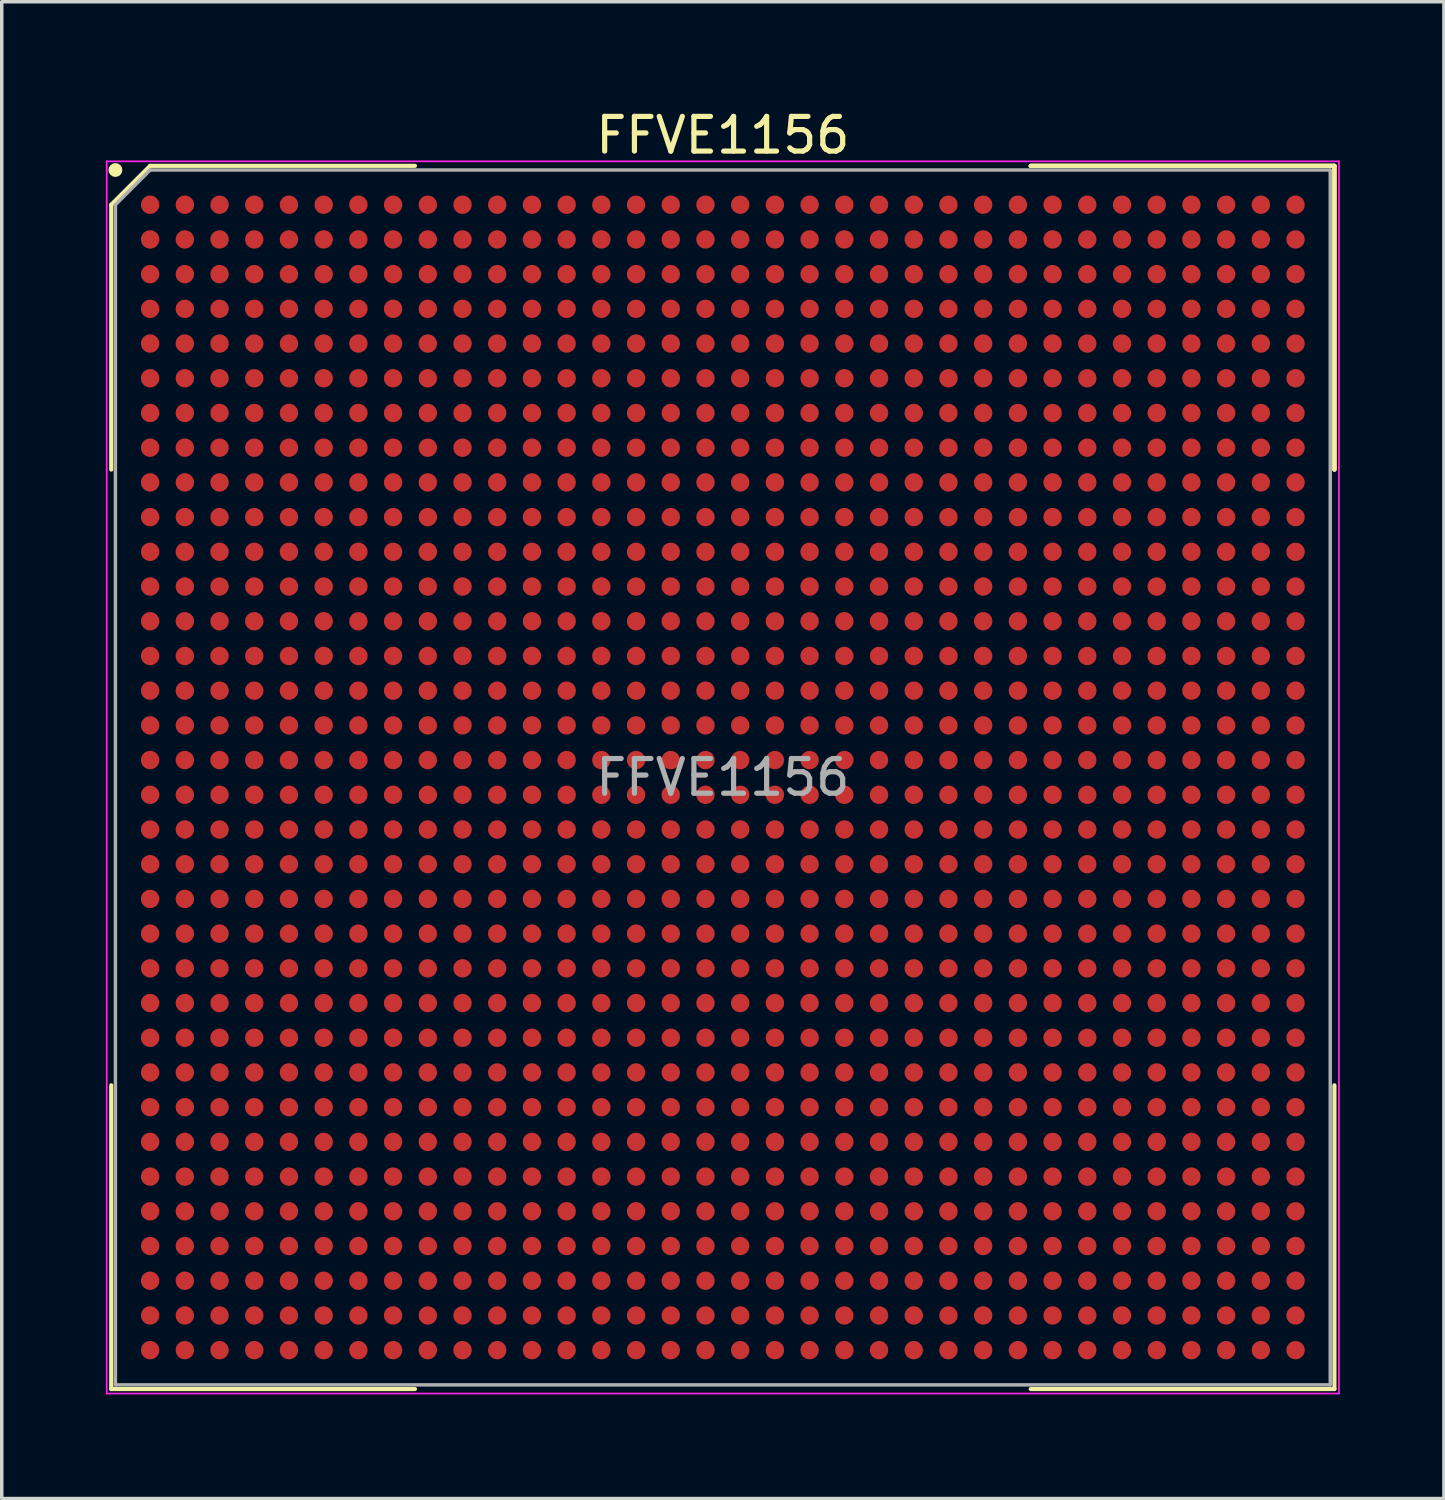
<source format=kicad_pcb>
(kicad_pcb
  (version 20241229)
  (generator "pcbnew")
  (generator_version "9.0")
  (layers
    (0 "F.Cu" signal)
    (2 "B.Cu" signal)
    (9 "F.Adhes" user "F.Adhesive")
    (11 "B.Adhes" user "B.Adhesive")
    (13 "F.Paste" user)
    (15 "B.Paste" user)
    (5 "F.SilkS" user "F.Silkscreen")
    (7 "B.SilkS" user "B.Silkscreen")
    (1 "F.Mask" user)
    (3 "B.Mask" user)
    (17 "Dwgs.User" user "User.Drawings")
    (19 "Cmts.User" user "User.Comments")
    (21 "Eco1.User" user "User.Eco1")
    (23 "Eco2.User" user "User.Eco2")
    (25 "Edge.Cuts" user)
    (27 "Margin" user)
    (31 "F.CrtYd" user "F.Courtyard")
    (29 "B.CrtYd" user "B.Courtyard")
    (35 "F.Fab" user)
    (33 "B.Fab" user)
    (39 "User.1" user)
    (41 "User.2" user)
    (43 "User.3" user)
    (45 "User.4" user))
  (footprint "FFVE1156"
    (layer "F.Cu")
    (at 17.775 19.348)
    (property "Reference" "FFVE1156" (at 0 -18.5 0) (layer "F.SilkS") (effects (font (size 1 1) (thickness 0.15))))
    (attr smd)
    (fp_line (start -17.62 -16.5) (end -17.62 -8.87) (stroke (width 0.12) (type solid)) (layer "F.SilkS"))
    (fp_line (start -17.62 17.62) (end -17.62 8.87) (stroke (width 0.12) (type solid)) (layer "F.SilkS"))
    (fp_line (start -16.5 -17.62) (end -17.62 -16.5) (stroke (width 0.12) (type solid)) (layer "F.SilkS"))
    (fp_line (start -8.87 -17.62) (end -16.5 -17.62) (stroke (width 0.12) (type solid)) (layer "F.SilkS"))
    (fp_line (start -8.87 17.62) (end -17.62 17.62) (stroke (width 0.12) (type solid)) (layer "F.SilkS"))
    (fp_line (start 8.87 -17.62) (end 17.62 -17.62) (stroke (width 0.12) (type solid)) (layer "F.SilkS"))
    (fp_line (start 8.87 -17.62) (end 17.62 -17.62) (stroke (width 0.12) (type solid)) (layer "F.SilkS"))
    (fp_line (start 8.87 -17.62) (end 17.62 -17.62) (stroke (width 0.12) (type solid)) (layer "F.SilkS"))
    (fp_line (start 8.87 17.62) (end 17.62 17.62) (stroke (width 0.12) (type solid)) (layer "F.SilkS"))
    (fp_line (start 17.62 -17.62) (end 17.62 -8.87) (stroke (width 0.12) (type solid)) (layer "F.SilkS"))
    (fp_line (start 17.62 -17.62) (end 17.62 -8.87) (stroke (width 0.12) (type solid)) (layer "F.SilkS"))
    (fp_line (start 17.62 -17.62) (end 17.62 -8.87) (stroke (width 0.12) (type solid)) (layer "F.SilkS"))
    (fp_line (start 17.62 17.62) (end 17.62 8.87) (stroke (width 0.12) (type solid)) (layer "F.SilkS"))
    (fp_circle (center -17.5 -17.5) (end -17.5 -17.4) (stroke (width 0.2) (type solid)) (fill no) (layer "F.SilkS"))
    (fp_line (start -17.75 -17.75) (end 17.75 -17.75) (stroke (width 0.05) (type solid)) (layer "F.CrtYd"))
    (fp_line (start -17.75 17.75) (end -17.75 -17.75) (stroke (width 0.05) (type solid)) (layer "F.CrtYd"))
    (fp_line (start 17.75 -17.75) (end 17.75 17.75) (stroke (width 0.05) (type solid)) (layer "F.CrtYd"))
    (fp_line (start 17.75 17.75) (end -17.75 17.75) (stroke (width 0.05) (type solid)) (layer "F.CrtYd"))
    (fp_line (start -17.5 -16.5) (end -17.5 17.5) (stroke (width 0.1) (type solid)) (layer "F.Fab"))
    (fp_line (start -17.5 17.5) (end 17.5 17.5) (stroke (width 0.1) (type solid)) (layer "F.Fab"))
    (fp_line (start -16.5 -17.5) (end -17.5 -16.5) (stroke (width 0.1) (type solid)) (layer "F.Fab"))
    (fp_line (start 17.5 -17.5) (end -16.5 -17.5) (stroke (width 0.1) (type solid)) (layer "F.Fab"))
    (fp_line (start 17.5 17.5) (end 17.5 -17.5) (stroke (width 0.1) (type solid)) (layer "F.Fab"))
    (fp_text user "${REFERENCE}" (at 0 0 0) (layer "F.Fab") (effects (font (size 1 1) (thickness 0.15))))
    (pad "A1" smd circle (at -16.5 -16.5) (size 0.53 0.53) (layers "F.Cu" "F.Mask" "F.Paste"))
    (pad "A2" smd circle (at -15.5 -16.5) (size 0.53 0.53) (layers "F.Cu" "F.Mask" "F.Paste"))
    (pad "A3" smd circle (at -14.5 -16.5) (size 0.53 0.53) (layers "F.Cu" "F.Mask" "F.Paste"))
    (pad "A4" smd circle (at -13.5 -16.5) (size 0.53 0.53) (layers "F.Cu" "F.Mask" "F.Paste"))
    (pad "A5" smd circle (at -12.5 -16.5) (size 0.53 0.53) (layers "F.Cu" "F.Mask" "F.Paste"))
    (pad "A6" smd circle (at -11.5 -16.5) (size 0.53 0.53) (layers "F.Cu" "F.Mask" "F.Paste"))
    (pad "A7" smd circle (at -10.5 -16.5) (size 0.53 0.53) (layers "F.Cu" "F.Mask" "F.Paste"))
    (pad "A8" smd circle (at -9.5 -16.5) (size 0.53 0.53) (layers "F.Cu" "F.Mask" "F.Paste"))
    (pad "A9" smd circle (at -8.5 -16.5) (size 0.53 0.53) (layers "F.Cu" "F.Mask" "F.Paste"))
    (pad "A10" smd circle (at -7.5 -16.5) (size 0.53 0.53) (layers "F.Cu" "F.Mask" "F.Paste"))
    (pad "A11" smd circle (at -6.5 -16.5) (size 0.53 0.53) (layers "F.Cu" "F.Mask" "F.Paste"))
    (pad "A12" smd circle (at -5.5 -16.5) (size 0.53 0.53) (layers "F.Cu" "F.Mask" "F.Paste"))
    (pad "A13" smd circle (at -4.5 -16.5) (size 0.53 0.53) (layers "F.Cu" "F.Mask" "F.Paste"))
    (pad "A14" smd circle (at -3.5 -16.5) (size 0.53 0.53) (layers "F.Cu" "F.Mask" "F.Paste"))
    (pad "A15" smd circle (at -2.5 -16.5) (size 0.53 0.53) (layers "F.Cu" "F.Mask" "F.Paste"))
    (pad "A16" smd circle (at -1.5 -16.5) (size 0.53 0.53) (layers "F.Cu" "F.Mask" "F.Paste"))
    (pad "A17" smd circle (at -0.5 -16.5) (size 0.53 0.53) (layers "F.Cu" "F.Mask" "F.Paste"))
    (pad "A18" smd circle (at 0.5 -16.5) (size 0.53 0.53) (layers "F.Cu" "F.Mask" "F.Paste"))
    (pad "A19" smd circle (at 1.5 -16.5) (size 0.53 0.53) (layers "F.Cu" "F.Mask" "F.Paste"))
    (pad "A20" smd circle (at 2.5 -16.5) (size 0.53 0.53) (layers "F.Cu" "F.Mask" "F.Paste"))
    (pad "A21" smd circle (at 3.5 -16.5) (size 0.53 0.53) (layers "F.Cu" "F.Mask" "F.Paste"))
    (pad "A22" smd circle (at 4.5 -16.5) (size 0.53 0.53) (layers "F.Cu" "F.Mask" "F.Paste"))
    (pad "A23" smd circle (at 5.5 -16.5) (size 0.53 0.53) (layers "F.Cu" "F.Mask" "F.Paste"))
    (pad "A24" smd circle (at 6.5 -16.5) (size 0.53 0.53) (layers "F.Cu" "F.Mask" "F.Paste"))
    (pad "A25" smd circle (at 7.5 -16.5) (size 0.53 0.53) (layers "F.Cu" "F.Mask" "F.Paste"))
    (pad "A26" smd circle (at 8.5 -16.5) (size 0.53 0.53) (layers "F.Cu" "F.Mask" "F.Paste"))
    (pad "A27" smd circle (at 9.5 -16.5) (size 0.53 0.53) (layers "F.Cu" "F.Mask" "F.Paste"))
    (pad "A28" smd circle (at 10.5 -16.5) (size 0.53 0.53) (layers "F.Cu" "F.Mask" "F.Paste"))
    (pad "A29" smd circle (at 11.5 -16.5) (size 0.53 0.53) (layers "F.Cu" "F.Mask" "F.Paste"))
    (pad "A30" smd circle (at 12.5 -16.5) (size 0.53 0.53) (layers "F.Cu" "F.Mask" "F.Paste"))
    (pad "A31" smd circle (at 13.5 -16.5) (size 0.53 0.53) (layers "F.Cu" "F.Mask" "F.Paste"))
    (pad "A32" smd circle (at 14.5 -16.5) (size 0.53 0.53) (layers "F.Cu" "F.Mask" "F.Paste"))
    (pad "A33" smd circle (at 15.5 -16.5) (size 0.53 0.53) (layers "F.Cu" "F.Mask" "F.Paste"))
    (pad "A34" smd circle (at 16.5 -16.5) (size 0.53 0.53) (layers "F.Cu" "F.Mask" "F.Paste"))
    (pad "AA1" smd circle (at -16.5 3.5) (size 0.53 0.53) (layers "F.Cu" "F.Mask" "F.Paste"))
    (pad "AA2" smd circle (at -15.5 3.5) (size 0.53 0.53) (layers "F.Cu" "F.Mask" "F.Paste"))
    (pad "AA3" smd circle (at -14.5 3.5) (size 0.53 0.53) (layers "F.Cu" "F.Mask" "F.Paste"))
    (pad "AA4" smd circle (at -13.5 3.5) (size 0.53 0.53) (layers "F.Cu" "F.Mask" "F.Paste"))
    (pad "AA5" smd circle (at -12.5 3.5) (size 0.53 0.53) (layers "F.Cu" "F.Mask" "F.Paste"))
    (pad "AA6" smd circle (at -11.5 3.5) (size 0.53 0.53) (layers "F.Cu" "F.Mask" "F.Paste"))
    (pad "AA7" smd circle (at -10.5 3.5) (size 0.53 0.53) (layers "F.Cu" "F.Mask" "F.Paste"))
    (pad "AA8" smd circle (at -9.5 3.5) (size 0.53 0.53) (layers "F.Cu" "F.Mask" "F.Paste"))
    (pad "AA9" smd circle (at -8.5 3.5) (size 0.53 0.53) (layers "F.Cu" "F.Mask" "F.Paste"))
    (pad "AA10" smd circle (at -7.5 3.5) (size 0.53 0.53) (layers "F.Cu" "F.Mask" "F.Paste"))
    (pad "AA11" smd circle (at -6.5 3.5) (size 0.53 0.53) (layers "F.Cu" "F.Mask" "F.Paste"))
    (pad "AA12" smd circle (at -5.5 3.5) (size 0.53 0.53) (layers "F.Cu" "F.Mask" "F.Paste"))
    (pad "AA13" smd circle (at -4.5 3.5) (size 0.53 0.53) (layers "F.Cu" "F.Mask" "F.Paste"))
    (pad "AA14" smd circle (at -3.5 3.5) (size 0.53 0.53) (layers "F.Cu" "F.Mask" "F.Paste"))
    (pad "AA15" smd circle (at -2.5 3.5) (size 0.53 0.53) (layers "F.Cu" "F.Mask" "F.Paste"))
    (pad "AA16" smd circle (at -1.5 3.5) (size 0.53 0.53) (layers "F.Cu" "F.Mask" "F.Paste"))
    (pad "AA17" smd circle (at -0.5 3.5) (size 0.53 0.53) (layers "F.Cu" "F.Mask" "F.Paste"))
    (pad "AA18" smd circle (at 0.5 3.5) (size 0.53 0.53) (layers "F.Cu" "F.Mask" "F.Paste"))
    (pad "AA19" smd circle (at 1.5 3.5) (size 0.53 0.53) (layers "F.Cu" "F.Mask" "F.Paste"))
    (pad "AA20" smd circle (at 2.5 3.5) (size 0.53 0.53) (layers "F.Cu" "F.Mask" "F.Paste"))
    (pad "AA21" smd circle (at 3.5 3.5) (size 0.53 0.53) (layers "F.Cu" "F.Mask" "F.Paste"))
    (pad "AA22" smd circle (at 4.5 3.5) (size 0.53 0.53) (layers "F.Cu" "F.Mask" "F.Paste"))
    (pad "AA23" smd circle (at 5.5 3.5) (size 0.53 0.53) (layers "F.Cu" "F.Mask" "F.Paste"))
    (pad "AA24" smd circle (at 6.5 3.5) (size 0.53 0.53) (layers "F.Cu" "F.Mask" "F.Paste"))
    (pad "AA25" smd circle (at 7.5 3.5) (size 0.53 0.53) (layers "F.Cu" "F.Mask" "F.Paste"))
    (pad "AA26" smd circle (at 8.5 3.5) (size 0.53 0.53) (layers "F.Cu" "F.Mask" "F.Paste"))
    (pad "AA27" smd circle (at 9.5 3.5) (size 0.53 0.53) (layers "F.Cu" "F.Mask" "F.Paste"))
    (pad "AA28" smd circle (at 10.5 3.5) (size 0.53 0.53) (layers "F.Cu" "F.Mask" "F.Paste"))
    (pad "AA29" smd circle (at 11.5 3.5) (size 0.53 0.53) (layers "F.Cu" "F.Mask" "F.Paste"))
    (pad "AA30" smd circle (at 12.5 3.5) (size 0.53 0.53) (layers "F.Cu" "F.Mask" "F.Paste"))
    (pad "AA31" smd circle (at 13.5 3.5) (size 0.53 0.53) (layers "F.Cu" "F.Mask" "F.Paste"))
    (pad "AA32" smd circle (at 14.5 3.5) (size 0.53 0.53) (layers "F.Cu" "F.Mask" "F.Paste"))
    (pad "AA33" smd circle (at 15.5 3.5) (size 0.53 0.53) (layers "F.Cu" "F.Mask" "F.Paste"))
    (pad "AA34" smd circle (at 16.5 3.5) (size 0.53 0.53) (layers "F.Cu" "F.Mask" "F.Paste"))
    (pad "AB1" smd circle (at -16.5 4.5) (size 0.53 0.53) (layers "F.Cu" "F.Mask" "F.Paste"))
    (pad "AB2" smd circle (at -15.5 4.5) (size 0.53 0.53) (layers "F.Cu" "F.Mask" "F.Paste"))
    (pad "AB3" smd circle (at -14.5 4.5) (size 0.53 0.53) (layers "F.Cu" "F.Mask" "F.Paste"))
    (pad "AB4" smd circle (at -13.5 4.5) (size 0.53 0.53) (layers "F.Cu" "F.Mask" "F.Paste"))
    (pad "AB5" smd circle (at -12.5 4.5) (size 0.53 0.53) (layers "F.Cu" "F.Mask" "F.Paste"))
    (pad "AB6" smd circle (at -11.5 4.5) (size 0.53 0.53) (layers "F.Cu" "F.Mask" "F.Paste"))
    (pad "AB7" smd circle (at -10.5 4.5) (size 0.53 0.53) (layers "F.Cu" "F.Mask" "F.Paste"))
    (pad "AB8" smd circle (at -9.5 4.5) (size 0.53 0.53) (layers "F.Cu" "F.Mask" "F.Paste"))
    (pad "AB9" smd circle (at -8.5 4.5) (size 0.53 0.53) (layers "F.Cu" "F.Mask" "F.Paste"))
    (pad "AB10" smd circle (at -7.5 4.5) (size 0.53 0.53) (layers "F.Cu" "F.Mask" "F.Paste"))
    (pad "AB11" smd circle (at -6.5 4.5) (size 0.53 0.53) (layers "F.Cu" "F.Mask" "F.Paste"))
    (pad "AB12" smd circle (at -5.5 4.5) (size 0.53 0.53) (layers "F.Cu" "F.Mask" "F.Paste"))
    (pad "AB13" smd circle (at -4.5 4.5) (size 0.53 0.53) (layers "F.Cu" "F.Mask" "F.Paste"))
    (pad "AB14" smd circle (at -3.5 4.5) (size 0.53 0.53) (layers "F.Cu" "F.Mask" "F.Paste"))
    (pad "AB15" smd circle (at -2.5 4.5) (size 0.53 0.53) (layers "F.Cu" "F.Mask" "F.Paste"))
    (pad "AB16" smd circle (at -1.5 4.5) (size 0.53 0.53) (layers "F.Cu" "F.Mask" "F.Paste"))
    (pad "AB17" smd circle (at -0.5 4.5) (size 0.53 0.53) (layers "F.Cu" "F.Mask" "F.Paste"))
    (pad "AB18" smd circle (at 0.5 4.5) (size 0.53 0.53) (layers "F.Cu" "F.Mask" "F.Paste"))
    (pad "AB19" smd circle (at 1.5 4.5) (size 0.53 0.53) (layers "F.Cu" "F.Mask" "F.Paste"))
    (pad "AB20" smd circle (at 2.5 4.5) (size 0.53 0.53) (layers "F.Cu" "F.Mask" "F.Paste"))
    (pad "AB21" smd circle (at 3.5 4.5) (size 0.53 0.53) (layers "F.Cu" "F.Mask" "F.Paste"))
    (pad "AB22" smd circle (at 4.5 4.5) (size 0.53 0.53) (layers "F.Cu" "F.Mask" "F.Paste"))
    (pad "AB23" smd circle (at 5.5 4.5) (size 0.53 0.53) (layers "F.Cu" "F.Mask" "F.Paste"))
    (pad "AB24" smd circle (at 6.5 4.5) (size 0.53 0.53) (layers "F.Cu" "F.Mask" "F.Paste"))
    (pad "AB25" smd circle (at 7.5 4.5) (size 0.53 0.53) (layers "F.Cu" "F.Mask" "F.Paste"))
    (pad "AB26" smd circle (at 8.5 4.5) (size 0.53 0.53) (layers "F.Cu" "F.Mask" "F.Paste"))
    (pad "AB27" smd circle (at 9.5 4.5) (size 0.53 0.53) (layers "F.Cu" "F.Mask" "F.Paste"))
    (pad "AB28" smd circle (at 10.5 4.5) (size 0.53 0.53) (layers "F.Cu" "F.Mask" "F.Paste"))
    (pad "AB29" smd circle (at 11.5 4.5) (size 0.53 0.53) (layers "F.Cu" "F.Mask" "F.Paste"))
    (pad "AB30" smd circle (at 12.5 4.5) (size 0.53 0.53) (layers "F.Cu" "F.Mask" "F.Paste"))
    (pad "AB31" smd circle (at 13.5 4.5) (size 0.53 0.53) (layers "F.Cu" "F.Mask" "F.Paste"))
    (pad "AB32" smd circle (at 14.5 4.5) (size 0.53 0.53) (layers "F.Cu" "F.Mask" "F.Paste"))
    (pad "AB33" smd circle (at 15.5 4.5) (size 0.53 0.53) (layers "F.Cu" "F.Mask" "F.Paste"))
    (pad "AB34" smd circle (at 16.5 4.5) (size 0.53 0.53) (layers "F.Cu" "F.Mask" "F.Paste"))
    (pad "AC1" smd circle (at -16.5 5.5) (size 0.53 0.53) (layers "F.Cu" "F.Mask" "F.Paste"))
    (pad "AC2" smd circle (at -15.5 5.5) (size 0.53 0.53) (layers "F.Cu" "F.Mask" "F.Paste"))
    (pad "AC3" smd circle (at -14.5 5.5) (size 0.53 0.53) (layers "F.Cu" "F.Mask" "F.Paste"))
    (pad "AC4" smd circle (at -13.5 5.5) (size 0.53 0.53) (layers "F.Cu" "F.Mask" "F.Paste"))
    (pad "AC5" smd circle (at -12.5 5.5) (size 0.53 0.53) (layers "F.Cu" "F.Mask" "F.Paste"))
    (pad "AC6" smd circle (at -11.5 5.5) (size 0.53 0.53) (layers "F.Cu" "F.Mask" "F.Paste"))
    (pad "AC7" smd circle (at -10.5 5.5) (size 0.53 0.53) (layers "F.Cu" "F.Mask" "F.Paste"))
    (pad "AC8" smd circle (at -9.5 5.5) (size 0.53 0.53) (layers "F.Cu" "F.Mask" "F.Paste"))
    (pad "AC9" smd circle (at -8.5 5.5) (size 0.53 0.53) (layers "F.Cu" "F.Mask" "F.Paste"))
    (pad "AC10" smd circle (at -7.5 5.5) (size 0.53 0.53) (layers "F.Cu" "F.Mask" "F.Paste"))
    (pad "AC11" smd circle (at -6.5 5.5) (size 0.53 0.53) (layers "F.Cu" "F.Mask" "F.Paste"))
    (pad "AC12" smd circle (at -5.5 5.5) (size 0.53 0.53) (layers "F.Cu" "F.Mask" "F.Paste"))
    (pad "AC13" smd circle (at -4.5 5.5) (size 0.53 0.53) (layers "F.Cu" "F.Mask" "F.Paste"))
    (pad "AC14" smd circle (at -3.5 5.5) (size 0.53 0.53) (layers "F.Cu" "F.Mask" "F.Paste"))
    (pad "AC15" smd circle (at -2.5 5.5) (size 0.53 0.53) (layers "F.Cu" "F.Mask" "F.Paste"))
    (pad "AC16" smd circle (at -1.5 5.5) (size 0.53 0.53) (layers "F.Cu" "F.Mask" "F.Paste"))
    (pad "AC17" smd circle (at -0.5 5.5) (size 0.53 0.53) (layers "F.Cu" "F.Mask" "F.Paste"))
    (pad "AC18" smd circle (at 0.5 5.5) (size 0.53 0.53) (layers "F.Cu" "F.Mask" "F.Paste"))
    (pad "AC19" smd circle (at 1.5 5.5) (size 0.53 0.53) (layers "F.Cu" "F.Mask" "F.Paste"))
    (pad "AC20" smd circle (at 2.5 5.5) (size 0.53 0.53) (layers "F.Cu" "F.Mask" "F.Paste"))
    (pad "AC21" smd circle (at 3.5 5.5) (size 0.53 0.53) (layers "F.Cu" "F.Mask" "F.Paste"))
    (pad "AC22" smd circle (at 4.5 5.5) (size 0.53 0.53) (layers "F.Cu" "F.Mask" "F.Paste"))
    (pad "AC23" smd circle (at 5.5 5.5) (size 0.53 0.53) (layers "F.Cu" "F.Mask" "F.Paste"))
    (pad "AC24" smd circle (at 6.5 5.5) (size 0.53 0.53) (layers "F.Cu" "F.Mask" "F.Paste"))
    (pad "AC25" smd circle (at 7.5 5.5) (size 0.53 0.53) (layers "F.Cu" "F.Mask" "F.Paste"))
    (pad "AC26" smd circle (at 8.5 5.5) (size 0.53 0.53) (layers "F.Cu" "F.Mask" "F.Paste"))
    (pad "AC27" smd circle (at 9.5 5.5) (size 0.53 0.53) (layers "F.Cu" "F.Mask" "F.Paste"))
    (pad "AC28" smd circle (at 10.5 5.5) (size 0.53 0.53) (layers "F.Cu" "F.Mask" "F.Paste"))
    (pad "AC29" smd circle (at 11.5 5.5) (size 0.53 0.53) (layers "F.Cu" "F.Mask" "F.Paste"))
    (pad "AC30" smd circle (at 12.5 5.5) (size 0.53 0.53) (layers "F.Cu" "F.Mask" "F.Paste"))
    (pad "AC31" smd circle (at 13.5 5.5) (size 0.53 0.53) (layers "F.Cu" "F.Mask" "F.Paste"))
    (pad "AC32" smd circle (at 14.5 5.5) (size 0.53 0.53) (layers "F.Cu" "F.Mask" "F.Paste"))
    (pad "AC33" smd circle (at 15.5 5.5) (size 0.53 0.53) (layers "F.Cu" "F.Mask" "F.Paste"))
    (pad "AC34" smd circle (at 16.5 5.5) (size 0.53 0.53) (layers "F.Cu" "F.Mask" "F.Paste"))
    (pad "AD1" smd circle (at -16.5 6.5) (size 0.53 0.53) (layers "F.Cu" "F.Mask" "F.Paste"))
    (pad "AD2" smd circle (at -15.5 6.5) (size 0.53 0.53) (layers "F.Cu" "F.Mask" "F.Paste"))
    (pad "AD3" smd circle (at -14.5 6.5) (size 0.53 0.53) (layers "F.Cu" "F.Mask" "F.Paste"))
    (pad "AD4" smd circle (at -13.5 6.5) (size 0.53 0.53) (layers "F.Cu" "F.Mask" "F.Paste"))
    (pad "AD5" smd circle (at -12.5 6.5) (size 0.53 0.53) (layers "F.Cu" "F.Mask" "F.Paste"))
    (pad "AD6" smd circle (at -11.5 6.5) (size 0.53 0.53) (layers "F.Cu" "F.Mask" "F.Paste"))
    (pad "AD7" smd circle (at -10.5 6.5) (size 0.53 0.53) (layers "F.Cu" "F.Mask" "F.Paste"))
    (pad "AD8" smd circle (at -9.5 6.5) (size 0.53 0.53) (layers "F.Cu" "F.Mask" "F.Paste"))
    (pad "AD9" smd circle (at -8.5 6.5) (size 0.53 0.53) (layers "F.Cu" "F.Mask" "F.Paste"))
    (pad "AD10" smd circle (at -7.5 6.5) (size 0.53 0.53) (layers "F.Cu" "F.Mask" "F.Paste"))
    (pad "AD11" smd circle (at -6.5 6.5) (size 0.53 0.53) (layers "F.Cu" "F.Mask" "F.Paste"))
    (pad "AD12" smd circle (at -5.5 6.5) (size 0.53 0.53) (layers "F.Cu" "F.Mask" "F.Paste"))
    (pad "AD13" smd circle (at -4.5 6.5) (size 0.53 0.53) (layers "F.Cu" "F.Mask" "F.Paste"))
    (pad "AD14" smd circle (at -3.5 6.5) (size 0.53 0.53) (layers "F.Cu" "F.Mask" "F.Paste"))
    (pad "AD15" smd circle (at -2.5 6.5) (size 0.53 0.53) (layers "F.Cu" "F.Mask" "F.Paste"))
    (pad "AD16" smd circle (at -1.5 6.5) (size 0.53 0.53) (layers "F.Cu" "F.Mask" "F.Paste"))
    (pad "AD17" smd circle (at -0.5 6.5) (size 0.53 0.53) (layers "F.Cu" "F.Mask" "F.Paste"))
    (pad "AD18" smd circle (at 0.5 6.5) (size 0.53 0.53) (layers "F.Cu" "F.Mask" "F.Paste"))
    (pad "AD19" smd circle (at 1.5 6.5) (size 0.53 0.53) (layers "F.Cu" "F.Mask" "F.Paste"))
    (pad "AD20" smd circle (at 2.5 6.5) (size 0.53 0.53) (layers "F.Cu" "F.Mask" "F.Paste"))
    (pad "AD21" smd circle (at 3.5 6.5) (size 0.53 0.53) (layers "F.Cu" "F.Mask" "F.Paste"))
    (pad "AD22" smd circle (at 4.5 6.5) (size 0.53 0.53) (layers "F.Cu" "F.Mask" "F.Paste"))
    (pad "AD23" smd circle (at 5.5 6.5) (size 0.53 0.53) (layers "F.Cu" "F.Mask" "F.Paste"))
    (pad "AD24" smd circle (at 6.5 6.5) (size 0.53 0.53) (layers "F.Cu" "F.Mask" "F.Paste"))
    (pad "AD25" smd circle (at 7.5 6.5) (size 0.53 0.53) (layers "F.Cu" "F.Mask" "F.Paste"))
    (pad "AD26" smd circle (at 8.5 6.5) (size 0.53 0.53) (layers "F.Cu" "F.Mask" "F.Paste"))
    (pad "AD27" smd circle (at 9.5 6.5) (size 0.53 0.53) (layers "F.Cu" "F.Mask" "F.Paste"))
    (pad "AD28" smd circle (at 10.5 6.5) (size 0.53 0.53) (layers "F.Cu" "F.Mask" "F.Paste"))
    (pad "AD29" smd circle (at 11.5 6.5) (size 0.53 0.53) (layers "F.Cu" "F.Mask" "F.Paste"))
    (pad "AD30" smd circle (at 12.5 6.5) (size 0.53 0.53) (layers "F.Cu" "F.Mask" "F.Paste"))
    (pad "AD31" smd circle (at 13.5 6.5) (size 0.53 0.53) (layers "F.Cu" "F.Mask" "F.Paste"))
    (pad "AD32" smd circle (at 14.5 6.5) (size 0.53 0.53) (layers "F.Cu" "F.Mask" "F.Paste"))
    (pad "AD33" smd circle (at 15.5 6.5) (size 0.53 0.53) (layers "F.Cu" "F.Mask" "F.Paste"))
    (pad "AD34" smd circle (at 16.5 6.5) (size 0.53 0.53) (layers "F.Cu" "F.Mask" "F.Paste"))
    (pad "AE1" smd circle (at -16.5 7.5) (size 0.53 0.53) (layers "F.Cu" "F.Mask" "F.Paste"))
    (pad "AE2" smd circle (at -15.5 7.5) (size 0.53 0.53) (layers "F.Cu" "F.Mask" "F.Paste"))
    (pad "AE3" smd circle (at -14.5 7.5) (size 0.53 0.53) (layers "F.Cu" "F.Mask" "F.Paste"))
    (pad "AE4" smd circle (at -13.5 7.5) (size 0.53 0.53) (layers "F.Cu" "F.Mask" "F.Paste"))
    (pad "AE5" smd circle (at -12.5 7.5) (size 0.53 0.53) (layers "F.Cu" "F.Mask" "F.Paste"))
    (pad "AE6" smd circle (at -11.5 7.5) (size 0.53 0.53) (layers "F.Cu" "F.Mask" "F.Paste"))
    (pad "AE7" smd circle (at -10.5 7.5) (size 0.53 0.53) (layers "F.Cu" "F.Mask" "F.Paste"))
    (pad "AE8" smd circle (at -9.5 7.5) (size 0.53 0.53) (layers "F.Cu" "F.Mask" "F.Paste"))
    (pad "AE9" smd circle (at -8.5 7.5) (size 0.53 0.53) (layers "F.Cu" "F.Mask" "F.Paste"))
    (pad "AE10" smd circle (at -7.5 7.5) (size 0.53 0.53) (layers "F.Cu" "F.Mask" "F.Paste"))
    (pad "AE11" smd circle (at -6.5 7.5) (size 0.53 0.53) (layers "F.Cu" "F.Mask" "F.Paste"))
    (pad "AE12" smd circle (at -5.5 7.5) (size 0.53 0.53) (layers "F.Cu" "F.Mask" "F.Paste"))
    (pad "AE13" smd circle (at -4.5 7.5) (size 0.53 0.53) (layers "F.Cu" "F.Mask" "F.Paste"))
    (pad "AE14" smd circle (at -3.5 7.5) (size 0.53 0.53) (layers "F.Cu" "F.Mask" "F.Paste"))
    (pad "AE15" smd circle (at -2.5 7.5) (size 0.53 0.53) (layers "F.Cu" "F.Mask" "F.Paste"))
    (pad "AE16" smd circle (at -1.5 7.5) (size 0.53 0.53) (layers "F.Cu" "F.Mask" "F.Paste"))
    (pad "AE17" smd circle (at -0.5 7.5) (size 0.53 0.53) (layers "F.Cu" "F.Mask" "F.Paste"))
    (pad "AE18" smd circle (at 0.5 7.5) (size 0.53 0.53) (layers "F.Cu" "F.Mask" "F.Paste"))
    (pad "AE19" smd circle (at 1.5 7.5) (size 0.53 0.53) (layers "F.Cu" "F.Mask" "F.Paste"))
    (pad "AE20" smd circle (at 2.5 7.5) (size 0.53 0.53) (layers "F.Cu" "F.Mask" "F.Paste"))
    (pad "AE21" smd circle (at 3.5 7.5) (size 0.53 0.53) (layers "F.Cu" "F.Mask" "F.Paste"))
    (pad "AE22" smd circle (at 4.5 7.5) (size 0.53 0.53) (layers "F.Cu" "F.Mask" "F.Paste"))
    (pad "AE23" smd circle (at 5.5 7.5) (size 0.53 0.53) (layers "F.Cu" "F.Mask" "F.Paste"))
    (pad "AE24" smd circle (at 6.5 7.5) (size 0.53 0.53) (layers "F.Cu" "F.Mask" "F.Paste"))
    (pad "AE25" smd circle (at 7.5 7.5) (size 0.53 0.53) (layers "F.Cu" "F.Mask" "F.Paste"))
    (pad "AE26" smd circle (at 8.5 7.5) (size 0.53 0.53) (layers "F.Cu" "F.Mask" "F.Paste"))
    (pad "AE27" smd circle (at 9.5 7.5) (size 0.53 0.53) (layers "F.Cu" "F.Mask" "F.Paste"))
    (pad "AE28" smd circle (at 10.5 7.5) (size 0.53 0.53) (layers "F.Cu" "F.Mask" "F.Paste"))
    (pad "AE29" smd circle (at 11.5 7.5) (size 0.53 0.53) (layers "F.Cu" "F.Mask" "F.Paste"))
    (pad "AE30" smd circle (at 12.5 7.5) (size 0.53 0.53) (layers "F.Cu" "F.Mask" "F.Paste"))
    (pad "AE31" smd circle (at 13.5 7.5) (size 0.53 0.53) (layers "F.Cu" "F.Mask" "F.Paste"))
    (pad "AE32" smd circle (at 14.5 7.5) (size 0.53 0.53) (layers "F.Cu" "F.Mask" "F.Paste"))
    (pad "AE33" smd circle (at 15.5 7.5) (size 0.53 0.53) (layers "F.Cu" "F.Mask" "F.Paste"))
    (pad "AE34" smd circle (at 16.5 7.5) (size 0.53 0.53) (layers "F.Cu" "F.Mask" "F.Paste"))
    (pad "AF1" smd circle (at -16.5 8.5) (size 0.53 0.53) (layers "F.Cu" "F.Mask" "F.Paste"))
    (pad "AF2" smd circle (at -15.5 8.5) (size 0.53 0.53) (layers "F.Cu" "F.Mask" "F.Paste"))
    (pad "AF3" smd circle (at -14.5 8.5) (size 0.53 0.53) (layers "F.Cu" "F.Mask" "F.Paste"))
    (pad "AF4" smd circle (at -13.5 8.5) (size 0.53 0.53) (layers "F.Cu" "F.Mask" "F.Paste"))
    (pad "AF5" smd circle (at -12.5 8.5) (size 0.53 0.53) (layers "F.Cu" "F.Mask" "F.Paste"))
    (pad "AF6" smd circle (at -11.5 8.5) (size 0.53 0.53) (layers "F.Cu" "F.Mask" "F.Paste"))
    (pad "AF7" smd circle (at -10.5 8.5) (size 0.53 0.53) (layers "F.Cu" "F.Mask" "F.Paste"))
    (pad "AF8" smd circle (at -9.5 8.5) (size 0.53 0.53) (layers "F.Cu" "F.Mask" "F.Paste"))
    (pad "AF9" smd circle (at -8.5 8.5) (size 0.53 0.53) (layers "F.Cu" "F.Mask" "F.Paste"))
    (pad "AF10" smd circle (at -7.5 8.5) (size 0.53 0.53) (layers "F.Cu" "F.Mask" "F.Paste"))
    (pad "AF11" smd circle (at -6.5 8.5) (size 0.53 0.53) (layers "F.Cu" "F.Mask" "F.Paste"))
    (pad "AF12" smd circle (at -5.5 8.5) (size 0.53 0.53) (layers "F.Cu" "F.Mask" "F.Paste"))
    (pad "AF13" smd circle (at -4.5 8.5) (size 0.53 0.53) (layers "F.Cu" "F.Mask" "F.Paste"))
    (pad "AF14" smd circle (at -3.5 8.5) (size 0.53 0.53) (layers "F.Cu" "F.Mask" "F.Paste"))
    (pad "AF15" smd circle (at -2.5 8.5) (size 0.53 0.53) (layers "F.Cu" "F.Mask" "F.Paste"))
    (pad "AF16" smd circle (at -1.5 8.5) (size 0.53 0.53) (layers "F.Cu" "F.Mask" "F.Paste"))
    (pad "AF17" smd circle (at -0.5 8.5) (size 0.53 0.53) (layers "F.Cu" "F.Mask" "F.Paste"))
    (pad "AF18" smd circle (at 0.5 8.5) (size 0.53 0.53) (layers "F.Cu" "F.Mask" "F.Paste"))
    (pad "AF19" smd circle (at 1.5 8.5) (size 0.53 0.53) (layers "F.Cu" "F.Mask" "F.Paste"))
    (pad "AF20" smd circle (at 2.5 8.5) (size 0.53 0.53) (layers "F.Cu" "F.Mask" "F.Paste"))
    (pad "AF21" smd circle (at 3.5 8.5) (size 0.53 0.53) (layers "F.Cu" "F.Mask" "F.Paste"))
    (pad "AF22" smd circle (at 4.5 8.5) (size 0.53 0.53) (layers "F.Cu" "F.Mask" "F.Paste"))
    (pad "AF23" smd circle (at 5.5 8.5) (size 0.53 0.53) (layers "F.Cu" "F.Mask" "F.Paste"))
    (pad "AF24" smd circle (at 6.5 8.5) (size 0.53 0.53) (layers "F.Cu" "F.Mask" "F.Paste"))
    (pad "AF25" smd circle (at 7.5 8.5) (size 0.53 0.53) (layers "F.Cu" "F.Mask" "F.Paste"))
    (pad "AF26" smd circle (at 8.5 8.5) (size 0.53 0.53) (layers "F.Cu" "F.Mask" "F.Paste"))
    (pad "AF27" smd circle (at 9.5 8.5) (size 0.53 0.53) (layers "F.Cu" "F.Mask" "F.Paste"))
    (pad "AF28" smd circle (at 10.5 8.5) (size 0.53 0.53) (layers "F.Cu" "F.Mask" "F.Paste"))
    (pad "AF29" smd circle (at 11.5 8.5) (size 0.53 0.53) (layers "F.Cu" "F.Mask" "F.Paste"))
    (pad "AF30" smd circle (at 12.5 8.5) (size 0.53 0.53) (layers "F.Cu" "F.Mask" "F.Paste"))
    (pad "AF31" smd circle (at 13.5 8.5) (size 0.53 0.53) (layers "F.Cu" "F.Mask" "F.Paste"))
    (pad "AF32" smd circle (at 14.5 8.5) (size 0.53 0.53) (layers "F.Cu" "F.Mask" "F.Paste"))
    (pad "AF33" smd circle (at 15.5 8.5) (size 0.53 0.53) (layers "F.Cu" "F.Mask" "F.Paste"))
    (pad "AF34" smd circle (at 16.5 8.5) (size 0.53 0.53) (layers "F.Cu" "F.Mask" "F.Paste"))
    (pad "AG1" smd circle (at -16.5 9.5) (size 0.53 0.53) (layers "F.Cu" "F.Mask" "F.Paste"))
    (pad "AG2" smd circle (at -15.5 9.5) (size 0.53 0.53) (layers "F.Cu" "F.Mask" "F.Paste"))
    (pad "AG3" smd circle (at -14.5 9.5) (size 0.53 0.53) (layers "F.Cu" "F.Mask" "F.Paste"))
    (pad "AG4" smd circle (at -13.5 9.5) (size 0.53 0.53) (layers "F.Cu" "F.Mask" "F.Paste"))
    (pad "AG5" smd circle (at -12.5 9.5) (size 0.53 0.53) (layers "F.Cu" "F.Mask" "F.Paste"))
    (pad "AG6" smd circle (at -11.5 9.5) (size 0.53 0.53) (layers "F.Cu" "F.Mask" "F.Paste"))
    (pad "AG7" smd circle (at -10.5 9.5) (size 0.53 0.53) (layers "F.Cu" "F.Mask" "F.Paste"))
    (pad "AG8" smd circle (at -9.5 9.5) (size 0.53 0.53) (layers "F.Cu" "F.Mask" "F.Paste"))
    (pad "AG9" smd circle (at -8.5 9.5) (size 0.53 0.53) (layers "F.Cu" "F.Mask" "F.Paste"))
    (pad "AG10" smd circle (at -7.5 9.5) (size 0.53 0.53) (layers "F.Cu" "F.Mask" "F.Paste"))
    (pad "AG11" smd circle (at -6.5 9.5) (size 0.53 0.53) (layers "F.Cu" "F.Mask" "F.Paste"))
    (pad "AG12" smd circle (at -5.5 9.5) (size 0.53 0.53) (layers "F.Cu" "F.Mask" "F.Paste"))
    (pad "AG13" smd circle (at -4.5 9.5) (size 0.53 0.53) (layers "F.Cu" "F.Mask" "F.Paste"))
    (pad "AG14" smd circle (at -3.5 9.5) (size 0.53 0.53) (layers "F.Cu" "F.Mask" "F.Paste"))
    (pad "AG15" smd circle (at -2.5 9.5) (size 0.53 0.53) (layers "F.Cu" "F.Mask" "F.Paste"))
    (pad "AG16" smd circle (at -1.5 9.5) (size 0.53 0.53) (layers "F.Cu" "F.Mask" "F.Paste"))
    (pad "AG17" smd circle (at -0.5 9.5) (size 0.53 0.53) (layers "F.Cu" "F.Mask" "F.Paste"))
    (pad "AG18" smd circle (at 0.5 9.5) (size 0.53 0.53) (layers "F.Cu" "F.Mask" "F.Paste"))
    (pad "AG19" smd circle (at 1.5 9.5) (size 0.53 0.53) (layers "F.Cu" "F.Mask" "F.Paste"))
    (pad "AG20" smd circle (at 2.5 9.5) (size 0.53 0.53) (layers "F.Cu" "F.Mask" "F.Paste"))
    (pad "AG21" smd circle (at 3.5 9.5) (size 0.53 0.53) (layers "F.Cu" "F.Mask" "F.Paste"))
    (pad "AG22" smd circle (at 4.5 9.5) (size 0.53 0.53) (layers "F.Cu" "F.Mask" "F.Paste"))
    (pad "AG23" smd circle (at 5.5 9.5) (size 0.53 0.53) (layers "F.Cu" "F.Mask" "F.Paste"))
    (pad "AG24" smd circle (at 6.5 9.5) (size 0.53 0.53) (layers "F.Cu" "F.Mask" "F.Paste"))
    (pad "AG25" smd circle (at 7.5 9.5) (size 0.53 0.53) (layers "F.Cu" "F.Mask" "F.Paste"))
    (pad "AG26" smd circle (at 8.5 9.5) (size 0.53 0.53) (layers "F.Cu" "F.Mask" "F.Paste"))
    (pad "AG27" smd circle (at 9.5 9.5) (size 0.53 0.53) (layers "F.Cu" "F.Mask" "F.Paste"))
    (pad "AG28" smd circle (at 10.5 9.5) (size 0.53 0.53) (layers "F.Cu" "F.Mask" "F.Paste"))
    (pad "AG29" smd circle (at 11.5 9.5) (size 0.53 0.53) (layers "F.Cu" "F.Mask" "F.Paste"))
    (pad "AG30" smd circle (at 12.5 9.5) (size 0.53 0.53) (layers "F.Cu" "F.Mask" "F.Paste"))
    (pad "AG31" smd circle (at 13.5 9.5) (size 0.53 0.53) (layers "F.Cu" "F.Mask" "F.Paste"))
    (pad "AG32" smd circle (at 14.5 9.5) (size 0.53 0.53) (layers "F.Cu" "F.Mask" "F.Paste"))
    (pad "AG33" smd circle (at 15.5 9.5) (size 0.53 0.53) (layers "F.Cu" "F.Mask" "F.Paste"))
    (pad "AG34" smd circle (at 16.5 9.5) (size 0.53 0.53) (layers "F.Cu" "F.Mask" "F.Paste"))
    (pad "AH1" smd circle (at -16.5 10.5) (size 0.53 0.53) (layers "F.Cu" "F.Mask" "F.Paste"))
    (pad "AH2" smd circle (at -15.5 10.5) (size 0.53 0.53) (layers "F.Cu" "F.Mask" "F.Paste"))
    (pad "AH3" smd circle (at -14.5 10.5) (size 0.53 0.53) (layers "F.Cu" "F.Mask" "F.Paste"))
    (pad "AH4" smd circle (at -13.5 10.5) (size 0.53 0.53) (layers "F.Cu" "F.Mask" "F.Paste"))
    (pad "AH5" smd circle (at -12.5 10.5) (size 0.53 0.53) (layers "F.Cu" "F.Mask" "F.Paste"))
    (pad "AH6" smd circle (at -11.5 10.5) (size 0.53 0.53) (layers "F.Cu" "F.Mask" "F.Paste"))
    (pad "AH7" smd circle (at -10.5 10.5) (size 0.53 0.53) (layers "F.Cu" "F.Mask" "F.Paste"))
    (pad "AH8" smd circle (at -9.5 10.5) (size 0.53 0.53) (layers "F.Cu" "F.Mask" "F.Paste"))
    (pad "AH9" smd circle (at -8.5 10.5) (size 0.53 0.53) (layers "F.Cu" "F.Mask" "F.Paste"))
    (pad "AH10" smd circle (at -7.5 10.5) (size 0.53 0.53) (layers "F.Cu" "F.Mask" "F.Paste"))
    (pad "AH11" smd circle (at -6.5 10.5) (size 0.53 0.53) (layers "F.Cu" "F.Mask" "F.Paste"))
    (pad "AH12" smd circle (at -5.5 10.5) (size 0.53 0.53) (layers "F.Cu" "F.Mask" "F.Paste"))
    (pad "AH13" smd circle (at -4.5 10.5) (size 0.53 0.53) (layers "F.Cu" "F.Mask" "F.Paste"))
    (pad "AH14" smd circle (at -3.5 10.5) (size 0.53 0.53) (layers "F.Cu" "F.Mask" "F.Paste"))
    (pad "AH15" smd circle (at -2.5 10.5) (size 0.53 0.53) (layers "F.Cu" "F.Mask" "F.Paste"))
    (pad "AH16" smd circle (at -1.5 10.5) (size 0.53 0.53) (layers "F.Cu" "F.Mask" "F.Paste"))
    (pad "AH17" smd circle (at -0.5 10.5) (size 0.53 0.53) (layers "F.Cu" "F.Mask" "F.Paste"))
    (pad "AH18" smd circle (at 0.5 10.5) (size 0.53 0.53) (layers "F.Cu" "F.Mask" "F.Paste"))
    (pad "AH19" smd circle (at 1.5 10.5) (size 0.53 0.53) (layers "F.Cu" "F.Mask" "F.Paste"))
    (pad "AH20" smd circle (at 2.5 10.5) (size 0.53 0.53) (layers "F.Cu" "F.Mask" "F.Paste"))
    (pad "AH21" smd circle (at 3.5 10.5) (size 0.53 0.53) (layers "F.Cu" "F.Mask" "F.Paste"))
    (pad "AH22" smd circle (at 4.5 10.5) (size 0.53 0.53) (layers "F.Cu" "F.Mask" "F.Paste"))
    (pad "AH23" smd circle (at 5.5 10.5) (size 0.53 0.53) (layers "F.Cu" "F.Mask" "F.Paste"))
    (pad "AH24" smd circle (at 6.5 10.5) (size 0.53 0.53) (layers "F.Cu" "F.Mask" "F.Paste"))
    (pad "AH25" smd circle (at 7.5 10.5) (size 0.53 0.53) (layers "F.Cu" "F.Mask" "F.Paste"))
    (pad "AH26" smd circle (at 8.5 10.5) (size 0.53 0.53) (layers "F.Cu" "F.Mask" "F.Paste"))
    (pad "AH27" smd circle (at 9.5 10.5) (size 0.53 0.53) (layers "F.Cu" "F.Mask" "F.Paste"))
    (pad "AH28" smd circle (at 10.5 10.5) (size 0.53 0.53) (layers "F.Cu" "F.Mask" "F.Paste"))
    (pad "AH29" smd circle (at 11.5 10.5) (size 0.53 0.53) (layers "F.Cu" "F.Mask" "F.Paste"))
    (pad "AH30" smd circle (at 12.5 10.5) (size 0.53 0.53) (layers "F.Cu" "F.Mask" "F.Paste"))
    (pad "AH31" smd circle (at 13.5 10.5) (size 0.53 0.53) (layers "F.Cu" "F.Mask" "F.Paste"))
    (pad "AH32" smd circle (at 14.5 10.5) (size 0.53 0.53) (layers "F.Cu" "F.Mask" "F.Paste"))
    (pad "AH33" smd circle (at 15.5 10.5) (size 0.53 0.53) (layers "F.Cu" "F.Mask" "F.Paste"))
    (pad "AH34" smd circle (at 16.5 10.5) (size 0.53 0.53) (layers "F.Cu" "F.Mask" "F.Paste"))
    (pad "AJ1" smd circle (at -16.5 11.5) (size 0.53 0.53) (layers "F.Cu" "F.Mask" "F.Paste"))
    (pad "AJ2" smd circle (at -15.5 11.5) (size 0.53 0.53) (layers "F.Cu" "F.Mask" "F.Paste"))
    (pad "AJ3" smd circle (at -14.5 11.5) (size 0.53 0.53) (layers "F.Cu" "F.Mask" "F.Paste"))
    (pad "AJ4" smd circle (at -13.5 11.5) (size 0.53 0.53) (layers "F.Cu" "F.Mask" "F.Paste"))
    (pad "AJ5" smd circle (at -12.5 11.5) (size 0.53 0.53) (layers "F.Cu" "F.Mask" "F.Paste"))
    (pad "AJ6" smd circle (at -11.5 11.5) (size 0.53 0.53) (layers "F.Cu" "F.Mask" "F.Paste"))
    (pad "AJ7" smd circle (at -10.5 11.5) (size 0.53 0.53) (layers "F.Cu" "F.Mask" "F.Paste"))
    (pad "AJ8" smd circle (at -9.5 11.5) (size 0.53 0.53) (layers "F.Cu" "F.Mask" "F.Paste"))
    (pad "AJ9" smd circle (at -8.5 11.5) (size 0.53 0.53) (layers "F.Cu" "F.Mask" "F.Paste"))
    (pad "AJ10" smd circle (at -7.5 11.5) (size 0.53 0.53) (layers "F.Cu" "F.Mask" "F.Paste"))
    (pad "AJ11" smd circle (at -6.5 11.5) (size 0.53 0.53) (layers "F.Cu" "F.Mask" "F.Paste"))
    (pad "AJ12" smd circle (at -5.5 11.5) (size 0.53 0.53) (layers "F.Cu" "F.Mask" "F.Paste"))
    (pad "AJ13" smd circle (at -4.5 11.5) (size 0.53 0.53) (layers "F.Cu" "F.Mask" "F.Paste"))
    (pad "AJ14" smd circle (at -3.5 11.5) (size 0.53 0.53) (layers "F.Cu" "F.Mask" "F.Paste"))
    (pad "AJ15" smd circle (at -2.5 11.5) (size 0.53 0.53) (layers "F.Cu" "F.Mask" "F.Paste"))
    (pad "AJ16" smd circle (at -1.5 11.5) (size 0.53 0.53) (layers "F.Cu" "F.Mask" "F.Paste"))
    (pad "AJ17" smd circle (at -0.5 11.5) (size 0.53 0.53) (layers "F.Cu" "F.Mask" "F.Paste"))
    (pad "AJ18" smd circle (at 0.5 11.5) (size 0.53 0.53) (layers "F.Cu" "F.Mask" "F.Paste"))
    (pad "AJ19" smd circle (at 1.5 11.5) (size 0.53 0.53) (layers "F.Cu" "F.Mask" "F.Paste"))
    (pad "AJ20" smd circle (at 2.5 11.5) (size 0.53 0.53) (layers "F.Cu" "F.Mask" "F.Paste"))
    (pad "AJ21" smd circle (at 3.5 11.5) (size 0.53 0.53) (layers "F.Cu" "F.Mask" "F.Paste"))
    (pad "AJ22" smd circle (at 4.5 11.5) (size 0.53 0.53) (layers "F.Cu" "F.Mask" "F.Paste"))
    (pad "AJ23" smd circle (at 5.5 11.5) (size 0.53 0.53) (layers "F.Cu" "F.Mask" "F.Paste"))
    (pad "AJ24" smd circle (at 6.5 11.5) (size 0.53 0.53) (layers "F.Cu" "F.Mask" "F.Paste"))
    (pad "AJ25" smd circle (at 7.5 11.5) (size 0.53 0.53) (layers "F.Cu" "F.Mask" "F.Paste"))
    (pad "AJ26" smd circle (at 8.5 11.5) (size 0.53 0.53) (layers "F.Cu" "F.Mask" "F.Paste"))
    (pad "AJ27" smd circle (at 9.5 11.5) (size 0.53 0.53) (layers "F.Cu" "F.Mask" "F.Paste"))
    (pad "AJ28" smd circle (at 10.5 11.5) (size 0.53 0.53) (layers "F.Cu" "F.Mask" "F.Paste"))
    (pad "AJ29" smd circle (at 11.5 11.5) (size 0.53 0.53) (layers "F.Cu" "F.Mask" "F.Paste"))
    (pad "AJ30" smd circle (at 12.5 11.5) (size 0.53 0.53) (layers "F.Cu" "F.Mask" "F.Paste"))
    (pad "AJ31" smd circle (at 13.5 11.5) (size 0.53 0.53) (layers "F.Cu" "F.Mask" "F.Paste"))
    (pad "AJ32" smd circle (at 14.5 11.5) (size 0.53 0.53) (layers "F.Cu" "F.Mask" "F.Paste"))
    (pad "AJ33" smd circle (at 15.5 11.5) (size 0.53 0.53) (layers "F.Cu" "F.Mask" "F.Paste"))
    (pad "AJ34" smd circle (at 16.5 11.5) (size 0.53 0.53) (layers "F.Cu" "F.Mask" "F.Paste"))
    (pad "AK1" smd circle (at -16.5 12.5) (size 0.53 0.53) (layers "F.Cu" "F.Mask" "F.Paste"))
    (pad "AK2" smd circle (at -15.5 12.5) (size 0.53 0.53) (layers "F.Cu" "F.Mask" "F.Paste"))
    (pad "AK3" smd circle (at -14.5 12.5) (size 0.53 0.53) (layers "F.Cu" "F.Mask" "F.Paste"))
    (pad "AK4" smd circle (at -13.5 12.5) (size 0.53 0.53) (layers "F.Cu" "F.Mask" "F.Paste"))
    (pad "AK5" smd circle (at -12.5 12.5) (size 0.53 0.53) (layers "F.Cu" "F.Mask" "F.Paste"))
    (pad "AK6" smd circle (at -11.5 12.5) (size 0.53 0.53) (layers "F.Cu" "F.Mask" "F.Paste"))
    (pad "AK7" smd circle (at -10.5 12.5) (size 0.53 0.53) (layers "F.Cu" "F.Mask" "F.Paste"))
    (pad "AK8" smd circle (at -9.5 12.5) (size 0.53 0.53) (layers "F.Cu" "F.Mask" "F.Paste"))
    (pad "AK9" smd circle (at -8.5 12.5) (size 0.53 0.53) (layers "F.Cu" "F.Mask" "F.Paste"))
    (pad "AK10" smd circle (at -7.5 12.5) (size 0.53 0.53) (layers "F.Cu" "F.Mask" "F.Paste"))
    (pad "AK11" smd circle (at -6.5 12.5) (size 0.53 0.53) (layers "F.Cu" "F.Mask" "F.Paste"))
    (pad "AK12" smd circle (at -5.5 12.5) (size 0.53 0.53) (layers "F.Cu" "F.Mask" "F.Paste"))
    (pad "AK13" smd circle (at -4.5 12.5) (size 0.53 0.53) (layers "F.Cu" "F.Mask" "F.Paste"))
    (pad "AK14" smd circle (at -3.5 12.5) (size 0.53 0.53) (layers "F.Cu" "F.Mask" "F.Paste"))
    (pad "AK15" smd circle (at -2.5 12.5) (size 0.53 0.53) (layers "F.Cu" "F.Mask" "F.Paste"))
    (pad "AK16" smd circle (at -1.5 12.5) (size 0.53 0.53) (layers "F.Cu" "F.Mask" "F.Paste"))
    (pad "AK17" smd circle (at -0.5 12.5) (size 0.53 0.53) (layers "F.Cu" "F.Mask" "F.Paste"))
    (pad "AK18" smd circle (at 0.5 12.5) (size 0.53 0.53) (layers "F.Cu" "F.Mask" "F.Paste"))
    (pad "AK19" smd circle (at 1.5 12.5) (size 0.53 0.53) (layers "F.Cu" "F.Mask" "F.Paste"))
    (pad "AK20" smd circle (at 2.5 12.5) (size 0.53 0.53) (layers "F.Cu" "F.Mask" "F.Paste"))
    (pad "AK21" smd circle (at 3.5 12.5) (size 0.53 0.53) (layers "F.Cu" "F.Mask" "F.Paste"))
    (pad "AK22" smd circle (at 4.5 12.5) (size 0.53 0.53) (layers "F.Cu" "F.Mask" "F.Paste"))
    (pad "AK23" smd circle (at 5.5 12.5) (size 0.53 0.53) (layers "F.Cu" "F.Mask" "F.Paste"))
    (pad "AK24" smd circle (at 6.5 12.5) (size 0.53 0.53) (layers "F.Cu" "F.Mask" "F.Paste"))
    (pad "AK25" smd circle (at 7.5 12.5) (size 0.53 0.53) (layers "F.Cu" "F.Mask" "F.Paste"))
    (pad "AK26" smd circle (at 8.5 12.5) (size 0.53 0.53) (layers "F.Cu" "F.Mask" "F.Paste"))
    (pad "AK27" smd circle (at 9.5 12.5) (size 0.53 0.53) (layers "F.Cu" "F.Mask" "F.Paste"))
    (pad "AK28" smd circle (at 10.5 12.5) (size 0.53 0.53) (layers "F.Cu" "F.Mask" "F.Paste"))
    (pad "AK29" smd circle (at 11.5 12.5) (size 0.53 0.53) (layers "F.Cu" "F.Mask" "F.Paste"))
    (pad "AK30" smd circle (at 12.5 12.5) (size 0.53 0.53) (layers "F.Cu" "F.Mask" "F.Paste"))
    (pad "AK31" smd circle (at 13.5 12.5) (size 0.53 0.53) (layers "F.Cu" "F.Mask" "F.Paste"))
    (pad "AK32" smd circle (at 14.5 12.5) (size 0.53 0.53) (layers "F.Cu" "F.Mask" "F.Paste"))
    (pad "AK33" smd circle (at 15.5 12.5) (size 0.53 0.53) (layers "F.Cu" "F.Mask" "F.Paste"))
    (pad "AK34" smd circle (at 16.5 12.5) (size 0.53 0.53) (layers "F.Cu" "F.Mask" "F.Paste"))
    (pad "AL1" smd circle (at -16.5 13.5) (size 0.53 0.53) (layers "F.Cu" "F.Mask" "F.Paste"))
    (pad "AL2" smd circle (at -15.5 13.5) (size 0.53 0.53) (layers "F.Cu" "F.Mask" "F.Paste"))
    (pad "AL3" smd circle (at -14.5 13.5) (size 0.53 0.53) (layers "F.Cu" "F.Mask" "F.Paste"))
    (pad "AL4" smd circle (at -13.5 13.5) (size 0.53 0.53) (layers "F.Cu" "F.Mask" "F.Paste"))
    (pad "AL5" smd circle (at -12.5 13.5) (size 0.53 0.53) (layers "F.Cu" "F.Mask" "F.Paste"))
    (pad "AL6" smd circle (at -11.5 13.5) (size 0.53 0.53) (layers "F.Cu" "F.Mask" "F.Paste"))
    (pad "AL7" smd circle (at -10.5 13.5) (size 0.53 0.53) (layers "F.Cu" "F.Mask" "F.Paste"))
    (pad "AL8" smd circle (at -9.5 13.5) (size 0.53 0.53) (layers "F.Cu" "F.Mask" "F.Paste"))
    (pad "AL9" smd circle (at -8.5 13.5) (size 0.53 0.53) (layers "F.Cu" "F.Mask" "F.Paste"))
    (pad "AL10" smd circle (at -7.5 13.5) (size 0.53 0.53) (layers "F.Cu" "F.Mask" "F.Paste"))
    (pad "AL11" smd circle (at -6.5 13.5) (size 0.53 0.53) (layers "F.Cu" "F.Mask" "F.Paste"))
    (pad "AL12" smd circle (at -5.5 13.5) (size 0.53 0.53) (layers "F.Cu" "F.Mask" "F.Paste"))
    (pad "AL13" smd circle (at -4.5 13.5) (size 0.53 0.53) (layers "F.Cu" "F.Mask" "F.Paste"))
    (pad "AL14" smd circle (at -3.5 13.5) (size 0.53 0.53) (layers "F.Cu" "F.Mask" "F.Paste"))
    (pad "AL15" smd circle (at -2.5 13.5) (size 0.53 0.53) (layers "F.Cu" "F.Mask" "F.Paste"))
    (pad "AL16" smd circle (at -1.5 13.5) (size 0.53 0.53) (layers "F.Cu" "F.Mask" "F.Paste"))
    (pad "AL17" smd circle (at -0.5 13.5) (size 0.53 0.53) (layers "F.Cu" "F.Mask" "F.Paste"))
    (pad "AL18" smd circle (at 0.5 13.5) (size 0.53 0.53) (layers "F.Cu" "F.Mask" "F.Paste"))
    (pad "AL19" smd circle (at 1.5 13.5) (size 0.53 0.53) (layers "F.Cu" "F.Mask" "F.Paste"))
    (pad "AL20" smd circle (at 2.5 13.5) (size 0.53 0.53) (layers "F.Cu" "F.Mask" "F.Paste"))
    (pad "AL21" smd circle (at 3.5 13.5) (size 0.53 0.53) (layers "F.Cu" "F.Mask" "F.Paste"))
    (pad "AL22" smd circle (at 4.5 13.5) (size 0.53 0.53) (layers "F.Cu" "F.Mask" "F.Paste"))
    (pad "AL23" smd circle (at 5.5 13.5) (size 0.53 0.53) (layers "F.Cu" "F.Mask" "F.Paste"))
    (pad "AL24" smd circle (at 6.5 13.5) (size 0.53 0.53) (layers "F.Cu" "F.Mask" "F.Paste"))
    (pad "AL25" smd circle (at 7.5 13.5) (size 0.53 0.53) (layers "F.Cu" "F.Mask" "F.Paste"))
    (pad "AL26" smd circle (at 8.5 13.5) (size 0.53 0.53) (layers "F.Cu" "F.Mask" "F.Paste"))
    (pad "AL27" smd circle (at 9.5 13.5) (size 0.53 0.53) (layers "F.Cu" "F.Mask" "F.Paste"))
    (pad "AL28" smd circle (at 10.5 13.5) (size 0.53 0.53) (layers "F.Cu" "F.Mask" "F.Paste"))
    (pad "AL29" smd circle (at 11.5 13.5) (size 0.53 0.53) (layers "F.Cu" "F.Mask" "F.Paste"))
    (pad "AL30" smd circle (at 12.5 13.5) (size 0.53 0.53) (layers "F.Cu" "F.Mask" "F.Paste"))
    (pad "AL31" smd circle (at 13.5 13.5) (size 0.53 0.53) (layers "F.Cu" "F.Mask" "F.Paste"))
    (pad "AL32" smd circle (at 14.5 13.5) (size 0.53 0.53) (layers "F.Cu" "F.Mask" "F.Paste"))
    (pad "AL33" smd circle (at 15.5 13.5) (size 0.53 0.53) (layers "F.Cu" "F.Mask" "F.Paste"))
    (pad "AL34" smd circle (at 16.5 13.5) (size 0.53 0.53) (layers "F.Cu" "F.Mask" "F.Paste"))
    (pad "AM1" smd circle (at -16.5 14.5) (size 0.53 0.53) (layers "F.Cu" "F.Mask" "F.Paste"))
    (pad "AM2" smd circle (at -15.5 14.5) (size 0.53 0.53) (layers "F.Cu" "F.Mask" "F.Paste"))
    (pad "AM3" smd circle (at -14.5 14.5) (size 0.53 0.53) (layers "F.Cu" "F.Mask" "F.Paste"))
    (pad "AM4" smd circle (at -13.5 14.5) (size 0.53 0.53) (layers "F.Cu" "F.Mask" "F.Paste"))
    (pad "AM5" smd circle (at -12.5 14.5) (size 0.53 0.53) (layers "F.Cu" "F.Mask" "F.Paste"))
    (pad "AM6" smd circle (at -11.5 14.5) (size 0.53 0.53) (layers "F.Cu" "F.Mask" "F.Paste"))
    (pad "AM7" smd circle (at -10.5 14.5) (size 0.53 0.53) (layers "F.Cu" "F.Mask" "F.Paste"))
    (pad "AM8" smd circle (at -9.5 14.5) (size 0.53 0.53) (layers "F.Cu" "F.Mask" "F.Paste"))
    (pad "AM9" smd circle (at -8.5 14.5) (size 0.53 0.53) (layers "F.Cu" "F.Mask" "F.Paste"))
    (pad "AM10" smd circle (at -7.5 14.5) (size 0.53 0.53) (layers "F.Cu" "F.Mask" "F.Paste"))
    (pad "AM11" smd circle (at -6.5 14.5) (size 0.53 0.53) (layers "F.Cu" "F.Mask" "F.Paste"))
    (pad "AM12" smd circle (at -5.5 14.5) (size 0.53 0.53) (layers "F.Cu" "F.Mask" "F.Paste"))
    (pad "AM13" smd circle (at -4.5 14.5) (size 0.53 0.53) (layers "F.Cu" "F.Mask" "F.Paste"))
    (pad "AM14" smd circle (at -3.5 14.5) (size 0.53 0.53) (layers "F.Cu" "F.Mask" "F.Paste"))
    (pad "AM15" smd circle (at -2.5 14.5) (size 0.53 0.53) (layers "F.Cu" "F.Mask" "F.Paste"))
    (pad "AM16" smd circle (at -1.5 14.5) (size 0.53 0.53) (layers "F.Cu" "F.Mask" "F.Paste"))
    (pad "AM17" smd circle (at -0.5 14.5) (size 0.53 0.53) (layers "F.Cu" "F.Mask" "F.Paste"))
    (pad "AM18" smd circle (at 0.5 14.5) (size 0.53 0.53) (layers "F.Cu" "F.Mask" "F.Paste"))
    (pad "AM19" smd circle (at 1.5 14.5) (size 0.53 0.53) (layers "F.Cu" "F.Mask" "F.Paste"))
    (pad "AM20" smd circle (at 2.5 14.5) (size 0.53 0.53) (layers "F.Cu" "F.Mask" "F.Paste"))
    (pad "AM21" smd circle (at 3.5 14.5) (size 0.53 0.53) (layers "F.Cu" "F.Mask" "F.Paste"))
    (pad "AM22" smd circle (at 4.5 14.5) (size 0.53 0.53) (layers "F.Cu" "F.Mask" "F.Paste"))
    (pad "AM23" smd circle (at 5.5 14.5) (size 0.53 0.53) (layers "F.Cu" "F.Mask" "F.Paste"))
    (pad "AM24" smd circle (at 6.5 14.5) (size 0.53 0.53) (layers "F.Cu" "F.Mask" "F.Paste"))
    (pad "AM25" smd circle (at 7.5 14.5) (size 0.53 0.53) (layers "F.Cu" "F.Mask" "F.Paste"))
    (pad "AM26" smd circle (at 8.5 14.5) (size 0.53 0.53) (layers "F.Cu" "F.Mask" "F.Paste"))
    (pad "AM27" smd circle (at 9.5 14.5) (size 0.53 0.53) (layers "F.Cu" "F.Mask" "F.Paste"))
    (pad "AM28" smd circle (at 10.5 14.5) (size 0.53 0.53) (layers "F.Cu" "F.Mask" "F.Paste"))
    (pad "AM29" smd circle (at 11.5 14.5) (size 0.53 0.53) (layers "F.Cu" "F.Mask" "F.Paste"))
    (pad "AM30" smd circle (at 12.5 14.5) (size 0.53 0.53) (layers "F.Cu" "F.Mask" "F.Paste"))
    (pad "AM31" smd circle (at 13.5 14.5) (size 0.53 0.53) (layers "F.Cu" "F.Mask" "F.Paste"))
    (pad "AM32" smd circle (at 14.5 14.5) (size 0.53 0.53) (layers "F.Cu" "F.Mask" "F.Paste"))
    (pad "AM33" smd circle (at 15.5 14.5) (size 0.53 0.53) (layers "F.Cu" "F.Mask" "F.Paste"))
    (pad "AM34" smd circle (at 16.5 14.5) (size 0.53 0.53) (layers "F.Cu" "F.Mask" "F.Paste"))
    (pad "AN1" smd circle (at -16.5 15.5) (size 0.53 0.53) (layers "F.Cu" "F.Mask" "F.Paste"))
    (pad "AN2" smd circle (at -15.5 15.5) (size 0.53 0.53) (layers "F.Cu" "F.Mask" "F.Paste"))
    (pad "AN3" smd circle (at -14.5 15.5) (size 0.53 0.53) (layers "F.Cu" "F.Mask" "F.Paste"))
    (pad "AN4" smd circle (at -13.5 15.5) (size 0.53 0.53) (layers "F.Cu" "F.Mask" "F.Paste"))
    (pad "AN5" smd circle (at -12.5 15.5) (size 0.53 0.53) (layers "F.Cu" "F.Mask" "F.Paste"))
    (pad "AN6" smd circle (at -11.5 15.5) (size 0.53 0.53) (layers "F.Cu" "F.Mask" "F.Paste"))
    (pad "AN7" smd circle (at -10.5 15.5) (size 0.53 0.53) (layers "F.Cu" "F.Mask" "F.Paste"))
    (pad "AN8" smd circle (at -9.5 15.5) (size 0.53 0.53) (layers "F.Cu" "F.Mask" "F.Paste"))
    (pad "AN9" smd circle (at -8.5 15.5) (size 0.53 0.53) (layers "F.Cu" "F.Mask" "F.Paste"))
    (pad "AN10" smd circle (at -7.5 15.5) (size 0.53 0.53) (layers "F.Cu" "F.Mask" "F.Paste"))
    (pad "AN11" smd circle (at -6.5 15.5) (size 0.53 0.53) (layers "F.Cu" "F.Mask" "F.Paste"))
    (pad "AN12" smd circle (at -5.5 15.5) (size 0.53 0.53) (layers "F.Cu" "F.Mask" "F.Paste"))
    (pad "AN13" smd circle (at -4.5 15.5) (size 0.53 0.53) (layers "F.Cu" "F.Mask" "F.Paste"))
    (pad "AN14" smd circle (at -3.5 15.5) (size 0.53 0.53) (layers "F.Cu" "F.Mask" "F.Paste"))
    (pad "AN15" smd circle (at -2.5 15.5) (size 0.53 0.53) (layers "F.Cu" "F.Mask" "F.Paste"))
    (pad "AN16" smd circle (at -1.5 15.5) (size 0.53 0.53) (layers "F.Cu" "F.Mask" "F.Paste"))
    (pad "AN17" smd circle (at -0.5 15.5) (size 0.53 0.53) (layers "F.Cu" "F.Mask" "F.Paste"))
    (pad "AN18" smd circle (at 0.5 15.5) (size 0.53 0.53) (layers "F.Cu" "F.Mask" "F.Paste"))
    (pad "AN19" smd circle (at 1.5 15.5) (size 0.53 0.53) (layers "F.Cu" "F.Mask" "F.Paste"))
    (pad "AN20" smd circle (at 2.5 15.5) (size 0.53 0.53) (layers "F.Cu" "F.Mask" "F.Paste"))
    (pad "AN21" smd circle (at 3.5 15.5) (size 0.53 0.53) (layers "F.Cu" "F.Mask" "F.Paste"))
    (pad "AN22" smd circle (at 4.5 15.5) (size 0.53 0.53) (layers "F.Cu" "F.Mask" "F.Paste"))
    (pad "AN23" smd circle (at 5.5 15.5) (size 0.53 0.53) (layers "F.Cu" "F.Mask" "F.Paste"))
    (pad "AN24" smd circle (at 6.5 15.5) (size 0.53 0.53) (layers "F.Cu" "F.Mask" "F.Paste"))
    (pad "AN25" smd circle (at 7.5 15.5) (size 0.53 0.53) (layers "F.Cu" "F.Mask" "F.Paste"))
    (pad "AN26" smd circle (at 8.5 15.5) (size 0.53 0.53) (layers "F.Cu" "F.Mask" "F.Paste"))
    (pad "AN27" smd circle (at 9.5 15.5) (size 0.53 0.53) (layers "F.Cu" "F.Mask" "F.Paste"))
    (pad "AN28" smd circle (at 10.5 15.5) (size 0.53 0.53) (layers "F.Cu" "F.Mask" "F.Paste"))
    (pad "AN29" smd circle (at 11.5 15.5) (size 0.53 0.53) (layers "F.Cu" "F.Mask" "F.Paste"))
    (pad "AN30" smd circle (at 12.5 15.5) (size 0.53 0.53) (layers "F.Cu" "F.Mask" "F.Paste"))
    (pad "AN31" smd circle (at 13.5 15.5) (size 0.53 0.53) (layers "F.Cu" "F.Mask" "F.Paste"))
    (pad "AN32" smd circle (at 14.5 15.5) (size 0.53 0.53) (layers "F.Cu" "F.Mask" "F.Paste"))
    (pad "AN33" smd circle (at 15.5 15.5) (size 0.53 0.53) (layers "F.Cu" "F.Mask" "F.Paste"))
    (pad "AN34" smd circle (at 16.5 15.5) (size 0.53 0.53) (layers "F.Cu" "F.Mask" "F.Paste"))
    (pad "AP1" smd circle (at -16.5 16.5) (size 0.53 0.53) (layers "F.Cu" "F.Mask" "F.Paste"))
    (pad "AP2" smd circle (at -15.5 16.5) (size 0.53 0.53) (layers "F.Cu" "F.Mask" "F.Paste"))
    (pad "AP3" smd circle (at -14.5 16.5) (size 0.53 0.53) (layers "F.Cu" "F.Mask" "F.Paste"))
    (pad "AP4" smd circle (at -13.5 16.5) (size 0.53 0.53) (layers "F.Cu" "F.Mask" "F.Paste"))
    (pad "AP5" smd circle (at -12.5 16.5) (size 0.53 0.53) (layers "F.Cu" "F.Mask" "F.Paste"))
    (pad "AP6" smd circle (at -11.5 16.5) (size 0.53 0.53) (layers "F.Cu" "F.Mask" "F.Paste"))
    (pad "AP7" smd circle (at -10.5 16.5) (size 0.53 0.53) (layers "F.Cu" "F.Mask" "F.Paste"))
    (pad "AP8" smd circle (at -9.5 16.5) (size 0.53 0.53) (layers "F.Cu" "F.Mask" "F.Paste"))
    (pad "AP9" smd circle (at -8.5 16.5) (size 0.53 0.53) (layers "F.Cu" "F.Mask" "F.Paste"))
    (pad "AP10" smd circle (at -7.5 16.5) (size 0.53 0.53) (layers "F.Cu" "F.Mask" "F.Paste"))
    (pad "AP11" smd circle (at -6.5 16.5) (size 0.53 0.53) (layers "F.Cu" "F.Mask" "F.Paste"))
    (pad "AP12" smd circle (at -5.5 16.5) (size 0.53 0.53) (layers "F.Cu" "F.Mask" "F.Paste"))
    (pad "AP13" smd circle (at -4.5 16.5) (size 0.53 0.53) (layers "F.Cu" "F.Mask" "F.Paste"))
    (pad "AP14" smd circle (at -3.5 16.5) (size 0.53 0.53) (layers "F.Cu" "F.Mask" "F.Paste"))
    (pad "AP15" smd circle (at -2.5 16.5) (size 0.53 0.53) (layers "F.Cu" "F.Mask" "F.Paste"))
    (pad "AP16" smd circle (at -1.5 16.5) (size 0.53 0.53) (layers "F.Cu" "F.Mask" "F.Paste"))
    (pad "AP17" smd circle (at -0.5 16.5) (size 0.53 0.53) (layers "F.Cu" "F.Mask" "F.Paste"))
    (pad "AP18" smd circle (at 0.5 16.5) (size 0.53 0.53) (layers "F.Cu" "F.Mask" "F.Paste"))
    (pad "AP19" smd circle (at 1.5 16.5) (size 0.53 0.53) (layers "F.Cu" "F.Mask" "F.Paste"))
    (pad "AP20" smd circle (at 2.5 16.5) (size 0.53 0.53) (layers "F.Cu" "F.Mask" "F.Paste"))
    (pad "AP21" smd circle (at 3.5 16.5) (size 0.53 0.53) (layers "F.Cu" "F.Mask" "F.Paste"))
    (pad "AP22" smd circle (at 4.5 16.5) (size 0.53 0.53) (layers "F.Cu" "F.Mask" "F.Paste"))
    (pad "AP23" smd circle (at 5.5 16.5) (size 0.53 0.53) (layers "F.Cu" "F.Mask" "F.Paste"))
    (pad "AP24" smd circle (at 6.5 16.5) (size 0.53 0.53) (layers "F.Cu" "F.Mask" "F.Paste"))
    (pad "AP25" smd circle (at 7.5 16.5) (size 0.53 0.53) (layers "F.Cu" "F.Mask" "F.Paste"))
    (pad "AP26" smd circle (at 8.5 16.5) (size 0.53 0.53) (layers "F.Cu" "F.Mask" "F.Paste"))
    (pad "AP27" smd circle (at 9.5 16.5) (size 0.53 0.53) (layers "F.Cu" "F.Mask" "F.Paste"))
    (pad "AP28" smd circle (at 10.5 16.5) (size 0.53 0.53) (layers "F.Cu" "F.Mask" "F.Paste"))
    (pad "AP29" smd circle (at 11.5 16.5) (size 0.53 0.53) (layers "F.Cu" "F.Mask" "F.Paste"))
    (pad "AP30" smd circle (at 12.5 16.5) (size 0.53 0.53) (layers "F.Cu" "F.Mask" "F.Paste"))
    (pad "AP31" smd circle (at 13.5 16.5) (size 0.53 0.53) (layers "F.Cu" "F.Mask" "F.Paste"))
    (pad "AP32" smd circle (at 14.5 16.5) (size 0.53 0.53) (layers "F.Cu" "F.Mask" "F.Paste"))
    (pad "AP33" smd circle (at 15.5 16.5) (size 0.53 0.53) (layers "F.Cu" "F.Mask" "F.Paste"))
    (pad "AP34" smd circle (at 16.5 16.5) (size 0.53 0.53) (layers "F.Cu" "F.Mask" "F.Paste"))
    (pad "B1" smd circle (at -16.5 -15.5) (size 0.53 0.53) (layers "F.Cu" "F.Mask" "F.Paste"))
    (pad "B2" smd circle (at -15.5 -15.5) (size 0.53 0.53) (layers "F.Cu" "F.Mask" "F.Paste"))
    (pad "B3" smd circle (at -14.5 -15.5) (size 0.53 0.53) (layers "F.Cu" "F.Mask" "F.Paste"))
    (pad "B4" smd circle (at -13.5 -15.5) (size 0.53 0.53) (layers "F.Cu" "F.Mask" "F.Paste"))
    (pad "B5" smd circle (at -12.5 -15.5) (size 0.53 0.53) (layers "F.Cu" "F.Mask" "F.Paste"))
    (pad "B6" smd circle (at -11.5 -15.5) (size 0.53 0.53) (layers "F.Cu" "F.Mask" "F.Paste"))
    (pad "B7" smd circle (at -10.5 -15.5) (size 0.53 0.53) (layers "F.Cu" "F.Mask" "F.Paste"))
    (pad "B8" smd circle (at -9.5 -15.5) (size 0.53 0.53) (layers "F.Cu" "F.Mask" "F.Paste"))
    (pad "B9" smd circle (at -8.5 -15.5) (size 0.53 0.53) (layers "F.Cu" "F.Mask" "F.Paste"))
    (pad "B10" smd circle (at -7.5 -15.5) (size 0.53 0.53) (layers "F.Cu" "F.Mask" "F.Paste"))
    (pad "B11" smd circle (at -6.5 -15.5) (size 0.53 0.53) (layers "F.Cu" "F.Mask" "F.Paste"))
    (pad "B12" smd circle (at -5.5 -15.5) (size 0.53 0.53) (layers "F.Cu" "F.Mask" "F.Paste"))
    (pad "B13" smd circle (at -4.5 -15.5) (size 0.53 0.53) (layers "F.Cu" "F.Mask" "F.Paste"))
    (pad "B14" smd circle (at -3.5 -15.5) (size 0.53 0.53) (layers "F.Cu" "F.Mask" "F.Paste"))
    (pad "B15" smd circle (at -2.5 -15.5) (size 0.53 0.53) (layers "F.Cu" "F.Mask" "F.Paste"))
    (pad "B16" smd circle (at -1.5 -15.5) (size 0.53 0.53) (layers "F.Cu" "F.Mask" "F.Paste"))
    (pad "B17" smd circle (at -0.5 -15.5) (size 0.53 0.53) (layers "F.Cu" "F.Mask" "F.Paste"))
    (pad "B18" smd circle (at 0.5 -15.5) (size 0.53 0.53) (layers "F.Cu" "F.Mask" "F.Paste"))
    (pad "B19" smd circle (at 1.5 -15.5) (size 0.53 0.53) (layers "F.Cu" "F.Mask" "F.Paste"))
    (pad "B20" smd circle (at 2.5 -15.5) (size 0.53 0.53) (layers "F.Cu" "F.Mask" "F.Paste"))
    (pad "B21" smd circle (at 3.5 -15.5) (size 0.53 0.53) (layers "F.Cu" "F.Mask" "F.Paste"))
    (pad "B22" smd circle (at 4.5 -15.5) (size 0.53 0.53) (layers "F.Cu" "F.Mask" "F.Paste"))
    (pad "B23" smd circle (at 5.5 -15.5) (size 0.53 0.53) (layers "F.Cu" "F.Mask" "F.Paste"))
    (pad "B24" smd circle (at 6.5 -15.5) (size 0.53 0.53) (layers "F.Cu" "F.Mask" "F.Paste"))
    (pad "B25" smd circle (at 7.5 -15.5) (size 0.53 0.53) (layers "F.Cu" "F.Mask" "F.Paste"))
    (pad "B26" smd circle (at 8.5 -15.5) (size 0.53 0.53) (layers "F.Cu" "F.Mask" "F.Paste"))
    (pad "B27" smd circle (at 9.5 -15.5) (size 0.53 0.53) (layers "F.Cu" "F.Mask" "F.Paste"))
    (pad "B28" smd circle (at 10.5 -15.5) (size 0.53 0.53) (layers "F.Cu" "F.Mask" "F.Paste"))
    (pad "B29" smd circle (at 11.5 -15.5) (size 0.53 0.53) (layers "F.Cu" "F.Mask" "F.Paste"))
    (pad "B30" smd circle (at 12.5 -15.5) (size 0.53 0.53) (layers "F.Cu" "F.Mask" "F.Paste"))
    (pad "B31" smd circle (at 13.5 -15.5) (size 0.53 0.53) (layers "F.Cu" "F.Mask" "F.Paste"))
    (pad "B32" smd circle (at 14.5 -15.5) (size 0.53 0.53) (layers "F.Cu" "F.Mask" "F.Paste"))
    (pad "B33" smd circle (at 15.5 -15.5) (size 0.53 0.53) (layers "F.Cu" "F.Mask" "F.Paste"))
    (pad "B34" smd circle (at 16.5 -15.5) (size 0.53 0.53) (layers "F.Cu" "F.Mask" "F.Paste"))
    (pad "C1" smd circle (at -16.5 -14.5) (size 0.53 0.53) (layers "F.Cu" "F.Mask" "F.Paste"))
    (pad "C2" smd circle (at -15.5 -14.5) (size 0.53 0.53) (layers "F.Cu" "F.Mask" "F.Paste"))
    (pad "C3" smd circle (at -14.5 -14.5) (size 0.53 0.53) (layers "F.Cu" "F.Mask" "F.Paste"))
    (pad "C4" smd circle (at -13.5 -14.5) (size 0.53 0.53) (layers "F.Cu" "F.Mask" "F.Paste"))
    (pad "C5" smd circle (at -12.5 -14.5) (size 0.53 0.53) (layers "F.Cu" "F.Mask" "F.Paste"))
    (pad "C6" smd circle (at -11.5 -14.5) (size 0.53 0.53) (layers "F.Cu" "F.Mask" "F.Paste"))
    (pad "C7" smd circle (at -10.5 -14.5) (size 0.53 0.53) (layers "F.Cu" "F.Mask" "F.Paste"))
    (pad "C8" smd circle (at -9.5 -14.5) (size 0.53 0.53) (layers "F.Cu" "F.Mask" "F.Paste"))
    (pad "C9" smd circle (at -8.5 -14.5) (size 0.53 0.53) (layers "F.Cu" "F.Mask" "F.Paste"))
    (pad "C10" smd circle (at -7.5 -14.5) (size 0.53 0.53) (layers "F.Cu" "F.Mask" "F.Paste"))
    (pad "C11" smd circle (at -6.5 -14.5) (size 0.53 0.53) (layers "F.Cu" "F.Mask" "F.Paste"))
    (pad "C12" smd circle (at -5.5 -14.5) (size 0.53 0.53) (layers "F.Cu" "F.Mask" "F.Paste"))
    (pad "C13" smd circle (at -4.5 -14.5) (size 0.53 0.53) (layers "F.Cu" "F.Mask" "F.Paste"))
    (pad "C14" smd circle (at -3.5 -14.5) (size 0.53 0.53) (layers "F.Cu" "F.Mask" "F.Paste"))
    (pad "C15" smd circle (at -2.5 -14.5) (size 0.53 0.53) (layers "F.Cu" "F.Mask" "F.Paste"))
    (pad "C16" smd circle (at -1.5 -14.5) (size 0.53 0.53) (layers "F.Cu" "F.Mask" "F.Paste"))
    (pad "C17" smd circle (at -0.5 -14.5) (size 0.53 0.53) (layers "F.Cu" "F.Mask" "F.Paste"))
    (pad "C18" smd circle (at 0.5 -14.5) (size 0.53 0.53) (layers "F.Cu" "F.Mask" "F.Paste"))
    (pad "C19" smd circle (at 1.5 -14.5) (size 0.53 0.53) (layers "F.Cu" "F.Mask" "F.Paste"))
    (pad "C20" smd circle (at 2.5 -14.5) (size 0.53 0.53) (layers "F.Cu" "F.Mask" "F.Paste"))
    (pad "C21" smd circle (at 3.5 -14.5) (size 0.53 0.53) (layers "F.Cu" "F.Mask" "F.Paste"))
    (pad "C22" smd circle (at 4.5 -14.5) (size 0.53 0.53) (layers "F.Cu" "F.Mask" "F.Paste"))
    (pad "C23" smd circle (at 5.5 -14.5) (size 0.53 0.53) (layers "F.Cu" "F.Mask" "F.Paste"))
    (pad "C24" smd circle (at 6.5 -14.5) (size 0.53 0.53) (layers "F.Cu" "F.Mask" "F.Paste"))
    (pad "C25" smd circle (at 7.5 -14.5) (size 0.53 0.53) (layers "F.Cu" "F.Mask" "F.Paste"))
    (pad "C26" smd circle (at 8.5 -14.5) (size 0.53 0.53) (layers "F.Cu" "F.Mask" "F.Paste"))
    (pad "C27" smd circle (at 9.5 -14.5) (size 0.53 0.53) (layers "F.Cu" "F.Mask" "F.Paste"))
    (pad "C28" smd circle (at 10.5 -14.5) (size 0.53 0.53) (layers "F.Cu" "F.Mask" "F.Paste"))
    (pad "C29" smd circle (at 11.5 -14.5) (size 0.53 0.53) (layers "F.Cu" "F.Mask" "F.Paste"))
    (pad "C30" smd circle (at 12.5 -14.5) (size 0.53 0.53) (layers "F.Cu" "F.Mask" "F.Paste"))
    (pad "C31" smd circle (at 13.5 -14.5) (size 0.53 0.53) (layers "F.Cu" "F.Mask" "F.Paste"))
    (pad "C32" smd circle (at 14.5 -14.5) (size 0.53 0.53) (layers "F.Cu" "F.Mask" "F.Paste"))
    (pad "C33" smd circle (at 15.5 -14.5) (size 0.53 0.53) (layers "F.Cu" "F.Mask" "F.Paste"))
    (pad "C34" smd circle (at 16.5 -14.5) (size 0.53 0.53) (layers "F.Cu" "F.Mask" "F.Paste"))
    (pad "D1" smd circle (at -16.5 -13.5) (size 0.53 0.53) (layers "F.Cu" "F.Mask" "F.Paste"))
    (pad "D2" smd circle (at -15.5 -13.5) (size 0.53 0.53) (layers "F.Cu" "F.Mask" "F.Paste"))
    (pad "D3" smd circle (at -14.5 -13.5) (size 0.53 0.53) (layers "F.Cu" "F.Mask" "F.Paste"))
    (pad "D4" smd circle (at -13.5 -13.5) (size 0.53 0.53) (layers "F.Cu" "F.Mask" "F.Paste"))
    (pad "D5" smd circle (at -12.5 -13.5) (size 0.53 0.53) (layers "F.Cu" "F.Mask" "F.Paste"))
    (pad "D6" smd circle (at -11.5 -13.5) (size 0.53 0.53) (layers "F.Cu" "F.Mask" "F.Paste"))
    (pad "D7" smd circle (at -10.5 -13.5) (size 0.53 0.53) (layers "F.Cu" "F.Mask" "F.Paste"))
    (pad "D8" smd circle (at -9.5 -13.5) (size 0.53 0.53) (layers "F.Cu" "F.Mask" "F.Paste"))
    (pad "D9" smd circle (at -8.5 -13.5) (size 0.53 0.53) (layers "F.Cu" "F.Mask" "F.Paste"))
    (pad "D10" smd circle (at -7.5 -13.5) (size 0.53 0.53) (layers "F.Cu" "F.Mask" "F.Paste"))
    (pad "D11" smd circle (at -6.5 -13.5) (size 0.53 0.53) (layers "F.Cu" "F.Mask" "F.Paste"))
    (pad "D12" smd circle (at -5.5 -13.5) (size 0.53 0.53) (layers "F.Cu" "F.Mask" "F.Paste"))
    (pad "D13" smd circle (at -4.5 -13.5) (size 0.53 0.53) (layers "F.Cu" "F.Mask" "F.Paste"))
    (pad "D14" smd circle (at -3.5 -13.5) (size 0.53 0.53) (layers "F.Cu" "F.Mask" "F.Paste"))
    (pad "D15" smd circle (at -2.5 -13.5) (size 0.53 0.53) (layers "F.Cu" "F.Mask" "F.Paste"))
    (pad "D16" smd circle (at -1.5 -13.5) (size 0.53 0.53) (layers "F.Cu" "F.Mask" "F.Paste"))
    (pad "D17" smd circle (at -0.5 -13.5) (size 0.53 0.53) (layers "F.Cu" "F.Mask" "F.Paste"))
    (pad "D18" smd circle (at 0.5 -13.5) (size 0.53 0.53) (layers "F.Cu" "F.Mask" "F.Paste"))
    (pad "D19" smd circle (at 1.5 -13.5) (size 0.53 0.53) (layers "F.Cu" "F.Mask" "F.Paste"))
    (pad "D20" smd circle (at 2.5 -13.5) (size 0.53 0.53) (layers "F.Cu" "F.Mask" "F.Paste"))
    (pad "D21" smd circle (at 3.5 -13.5) (size 0.53 0.53) (layers "F.Cu" "F.Mask" "F.Paste"))
    (pad "D22" smd circle (at 4.5 -13.5) (size 0.53 0.53) (layers "F.Cu" "F.Mask" "F.Paste"))
    (pad "D23" smd circle (at 5.5 -13.5) (size 0.53 0.53) (layers "F.Cu" "F.Mask" "F.Paste"))
    (pad "D24" smd circle (at 6.5 -13.5) (size 0.53 0.53) (layers "F.Cu" "F.Mask" "F.Paste"))
    (pad "D25" smd circle (at 7.5 -13.5) (size 0.53 0.53) (layers "F.Cu" "F.Mask" "F.Paste"))
    (pad "D26" smd circle (at 8.5 -13.5) (size 0.53 0.53) (layers "F.Cu" "F.Mask" "F.Paste"))
    (pad "D27" smd circle (at 9.5 -13.5) (size 0.53 0.53) (layers "F.Cu" "F.Mask" "F.Paste"))
    (pad "D28" smd circle (at 10.5 -13.5) (size 0.53 0.53) (layers "F.Cu" "F.Mask" "F.Paste"))
    (pad "D29" smd circle (at 11.5 -13.5) (size 0.53 0.53) (layers "F.Cu" "F.Mask" "F.Paste"))
    (pad "D30" smd circle (at 12.5 -13.5) (size 0.53 0.53) (layers "F.Cu" "F.Mask" "F.Paste"))
    (pad "D31" smd circle (at 13.5 -13.5) (size 0.53 0.53) (layers "F.Cu" "F.Mask" "F.Paste"))
    (pad "D32" smd circle (at 14.5 -13.5) (size 0.53 0.53) (layers "F.Cu" "F.Mask" "F.Paste"))
    (pad "D33" smd circle (at 15.5 -13.5) (size 0.53 0.53) (layers "F.Cu" "F.Mask" "F.Paste"))
    (pad "D34" smd circle (at 16.5 -13.5) (size 0.53 0.53) (layers "F.Cu" "F.Mask" "F.Paste"))
    (pad "E1" smd circle (at -16.5 -12.5) (size 0.53 0.53) (layers "F.Cu" "F.Mask" "F.Paste"))
    (pad "E2" smd circle (at -15.5 -12.5) (size 0.53 0.53) (layers "F.Cu" "F.Mask" "F.Paste"))
    (pad "E3" smd circle (at -14.5 -12.5) (size 0.53 0.53) (layers "F.Cu" "F.Mask" "F.Paste"))
    (pad "E4" smd circle (at -13.5 -12.5) (size 0.53 0.53) (layers "F.Cu" "F.Mask" "F.Paste"))
    (pad "E5" smd circle (at -12.5 -12.5) (size 0.53 0.53) (layers "F.Cu" "F.Mask" "F.Paste"))
    (pad "E6" smd circle (at -11.5 -12.5) (size 0.53 0.53) (layers "F.Cu" "F.Mask" "F.Paste"))
    (pad "E7" smd circle (at -10.5 -12.5) (size 0.53 0.53) (layers "F.Cu" "F.Mask" "F.Paste"))
    (pad "E8" smd circle (at -9.5 -12.5) (size 0.53 0.53) (layers "F.Cu" "F.Mask" "F.Paste"))
    (pad "E9" smd circle (at -8.5 -12.5) (size 0.53 0.53) (layers "F.Cu" "F.Mask" "F.Paste"))
    (pad "E10" smd circle (at -7.5 -12.5) (size 0.53 0.53) (layers "F.Cu" "F.Mask" "F.Paste"))
    (pad "E11" smd circle (at -6.5 -12.5) (size 0.53 0.53) (layers "F.Cu" "F.Mask" "F.Paste"))
    (pad "E12" smd circle (at -5.5 -12.5) (size 0.53 0.53) (layers "F.Cu" "F.Mask" "F.Paste"))
    (pad "E13" smd circle (at -4.5 -12.5) (size 0.53 0.53) (layers "F.Cu" "F.Mask" "F.Paste"))
    (pad "E14" smd circle (at -3.5 -12.5) (size 0.53 0.53) (layers "F.Cu" "F.Mask" "F.Paste"))
    (pad "E15" smd circle (at -2.5 -12.5) (size 0.53 0.53) (layers "F.Cu" "F.Mask" "F.Paste"))
    (pad "E16" smd circle (at -1.5 -12.5) (size 0.53 0.53) (layers "F.Cu" "F.Mask" "F.Paste"))
    (pad "E17" smd circle (at -0.5 -12.5) (size 0.53 0.53) (layers "F.Cu" "F.Mask" "F.Paste"))
    (pad "E18" smd circle (at 0.5 -12.5) (size 0.53 0.53) (layers "F.Cu" "F.Mask" "F.Paste"))
    (pad "E19" smd circle (at 1.5 -12.5) (size 0.53 0.53) (layers "F.Cu" "F.Mask" "F.Paste"))
    (pad "E20" smd circle (at 2.5 -12.5) (size 0.53 0.53) (layers "F.Cu" "F.Mask" "F.Paste"))
    (pad "E21" smd circle (at 3.5 -12.5) (size 0.53 0.53) (layers "F.Cu" "F.Mask" "F.Paste"))
    (pad "E22" smd circle (at 4.5 -12.5) (size 0.53 0.53) (layers "F.Cu" "F.Mask" "F.Paste"))
    (pad "E23" smd circle (at 5.5 -12.5) (size 0.53 0.53) (layers "F.Cu" "F.Mask" "F.Paste"))
    (pad "E24" smd circle (at 6.5 -12.5) (size 0.53 0.53) (layers "F.Cu" "F.Mask" "F.Paste"))
    (pad "E25" smd circle (at 7.5 -12.5) (size 0.53 0.53) (layers "F.Cu" "F.Mask" "F.Paste"))
    (pad "E26" smd circle (at 8.5 -12.5) (size 0.53 0.53) (layers "F.Cu" "F.Mask" "F.Paste"))
    (pad "E27" smd circle (at 9.5 -12.5) (size 0.53 0.53) (layers "F.Cu" "F.Mask" "F.Paste"))
    (pad "E28" smd circle (at 10.5 -12.5) (size 0.53 0.53) (layers "F.Cu" "F.Mask" "F.Paste"))
    (pad "E29" smd circle (at 11.5 -12.5) (size 0.53 0.53) (layers "F.Cu" "F.Mask" "F.Paste"))
    (pad "E30" smd circle (at 12.5 -12.5) (size 0.53 0.53) (layers "F.Cu" "F.Mask" "F.Paste"))
    (pad "E31" smd circle (at 13.5 -12.5) (size 0.53 0.53) (layers "F.Cu" "F.Mask" "F.Paste"))
    (pad "E32" smd circle (at 14.5 -12.5) (size 0.53 0.53) (layers "F.Cu" "F.Mask" "F.Paste"))
    (pad "E33" smd circle (at 15.5 -12.5) (size 0.53 0.53) (layers "F.Cu" "F.Mask" "F.Paste"))
    (pad "E34" smd circle (at 16.5 -12.5) (size 0.53 0.53) (layers "F.Cu" "F.Mask" "F.Paste"))
    (pad "F1" smd circle (at -16.5 -11.5) (size 0.53 0.53) (layers "F.Cu" "F.Mask" "F.Paste"))
    (pad "F2" smd circle (at -15.5 -11.5) (size 0.53 0.53) (layers "F.Cu" "F.Mask" "F.Paste"))
    (pad "F3" smd circle (at -14.5 -11.5) (size 0.53 0.53) (layers "F.Cu" "F.Mask" "F.Paste"))
    (pad "F4" smd circle (at -13.5 -11.5) (size 0.53 0.53) (layers "F.Cu" "F.Mask" "F.Paste"))
    (pad "F5" smd circle (at -12.5 -11.5) (size 0.53 0.53) (layers "F.Cu" "F.Mask" "F.Paste"))
    (pad "F6" smd circle (at -11.5 -11.5) (size 0.53 0.53) (layers "F.Cu" "F.Mask" "F.Paste"))
    (pad "F7" smd circle (at -10.5 -11.5) (size 0.53 0.53) (layers "F.Cu" "F.Mask" "F.Paste"))
    (pad "F8" smd circle (at -9.5 -11.5) (size 0.53 0.53) (layers "F.Cu" "F.Mask" "F.Paste"))
    (pad "F9" smd circle (at -8.5 -11.5) (size 0.53 0.53) (layers "F.Cu" "F.Mask" "F.Paste"))
    (pad "F10" smd circle (at -7.5 -11.5) (size 0.53 0.53) (layers "F.Cu" "F.Mask" "F.Paste"))
    (pad "F11" smd circle (at -6.5 -11.5) (size 0.53 0.53) (layers "F.Cu" "F.Mask" "F.Paste"))
    (pad "F12" smd circle (at -5.5 -11.5) (size 0.53 0.53) (layers "F.Cu" "F.Mask" "F.Paste"))
    (pad "F13" smd circle (at -4.5 -11.5) (size 0.53 0.53) (layers "F.Cu" "F.Mask" "F.Paste"))
    (pad "F14" smd circle (at -3.5 -11.5) (size 0.53 0.53) (layers "F.Cu" "F.Mask" "F.Paste"))
    (pad "F15" smd circle (at -2.5 -11.5) (size 0.53 0.53) (layers "F.Cu" "F.Mask" "F.Paste"))
    (pad "F16" smd circle (at -1.5 -11.5) (size 0.53 0.53) (layers "F.Cu" "F.Mask" "F.Paste"))
    (pad "F17" smd circle (at -0.5 -11.5) (size 0.53 0.53) (layers "F.Cu" "F.Mask" "F.Paste"))
    (pad "F18" smd circle (at 0.5 -11.5) (size 0.53 0.53) (layers "F.Cu" "F.Mask" "F.Paste"))
    (pad "F19" smd circle (at 1.5 -11.5) (size 0.53 0.53) (layers "F.Cu" "F.Mask" "F.Paste"))
    (pad "F20" smd circle (at 2.5 -11.5) (size 0.53 0.53) (layers "F.Cu" "F.Mask" "F.Paste"))
    (pad "F21" smd circle (at 3.5 -11.5) (size 0.53 0.53) (layers "F.Cu" "F.Mask" "F.Paste"))
    (pad "F22" smd circle (at 4.5 -11.5) (size 0.53 0.53) (layers "F.Cu" "F.Mask" "F.Paste"))
    (pad "F23" smd circle (at 5.5 -11.5) (size 0.53 0.53) (layers "F.Cu" "F.Mask" "F.Paste"))
    (pad "F24" smd circle (at 6.5 -11.5) (size 0.53 0.53) (layers "F.Cu" "F.Mask" "F.Paste"))
    (pad "F25" smd circle (at 7.5 -11.5) (size 0.53 0.53) (layers "F.Cu" "F.Mask" "F.Paste"))
    (pad "F26" smd circle (at 8.5 -11.5) (size 0.53 0.53) (layers "F.Cu" "F.Mask" "F.Paste"))
    (pad "F27" smd circle (at 9.5 -11.5) (size 0.53 0.53) (layers "F.Cu" "F.Mask" "F.Paste"))
    (pad "F28" smd circle (at 10.5 -11.5) (size 0.53 0.53) (layers "F.Cu" "F.Mask" "F.Paste"))
    (pad "F29" smd circle (at 11.5 -11.5) (size 0.53 0.53) (layers "F.Cu" "F.Mask" "F.Paste"))
    (pad "F30" smd circle (at 12.5 -11.5) (size 0.53 0.53) (layers "F.Cu" "F.Mask" "F.Paste"))
    (pad "F31" smd circle (at 13.5 -11.5) (size 0.53 0.53) (layers "F.Cu" "F.Mask" "F.Paste"))
    (pad "F32" smd circle (at 14.5 -11.5) (size 0.53 0.53) (layers "F.Cu" "F.Mask" "F.Paste"))
    (pad "F33" smd circle (at 15.5 -11.5) (size 0.53 0.53) (layers "F.Cu" "F.Mask" "F.Paste"))
    (pad "F34" smd circle (at 16.5 -11.5) (size 0.53 0.53) (layers "F.Cu" "F.Mask" "F.Paste"))
    (pad "G1" smd circle (at -16.5 -10.5) (size 0.53 0.53) (layers "F.Cu" "F.Mask" "F.Paste"))
    (pad "G2" smd circle (at -15.5 -10.5) (size 0.53 0.53) (layers "F.Cu" "F.Mask" "F.Paste"))
    (pad "G3" smd circle (at -14.5 -10.5) (size 0.53 0.53) (layers "F.Cu" "F.Mask" "F.Paste"))
    (pad "G4" smd circle (at -13.5 -10.5) (size 0.53 0.53) (layers "F.Cu" "F.Mask" "F.Paste"))
    (pad "G5" smd circle (at -12.5 -10.5) (size 0.53 0.53) (layers "F.Cu" "F.Mask" "F.Paste"))
    (pad "G6" smd circle (at -11.5 -10.5) (size 0.53 0.53) (layers "F.Cu" "F.Mask" "F.Paste"))
    (pad "G7" smd circle (at -10.5 -10.5) (size 0.53 0.53) (layers "F.Cu" "F.Mask" "F.Paste"))
    (pad "G8" smd circle (at -9.5 -10.5) (size 0.53 0.53) (layers "F.Cu" "F.Mask" "F.Paste"))
    (pad "G9" smd circle (at -8.5 -10.5) (size 0.53 0.53) (layers "F.Cu" "F.Mask" "F.Paste"))
    (pad "G10" smd circle (at -7.5 -10.5) (size 0.53 0.53) (layers "F.Cu" "F.Mask" "F.Paste"))
    (pad "G11" smd circle (at -6.5 -10.5) (size 0.53 0.53) (layers "F.Cu" "F.Mask" "F.Paste"))
    (pad "G12" smd circle (at -5.5 -10.5) (size 0.53 0.53) (layers "F.Cu" "F.Mask" "F.Paste"))
    (pad "G13" smd circle (at -4.5 -10.5) (size 0.53 0.53) (layers "F.Cu" "F.Mask" "F.Paste"))
    (pad "G14" smd circle (at -3.5 -10.5) (size 0.53 0.53) (layers "F.Cu" "F.Mask" "F.Paste"))
    (pad "G15" smd circle (at -2.5 -10.5) (size 0.53 0.53) (layers "F.Cu" "F.Mask" "F.Paste"))
    (pad "G16" smd circle (at -1.5 -10.5) (size 0.53 0.53) (layers "F.Cu" "F.Mask" "F.Paste"))
    (pad "G17" smd circle (at -0.5 -10.5) (size 0.53 0.53) (layers "F.Cu" "F.Mask" "F.Paste"))
    (pad "G18" smd circle (at 0.5 -10.5) (size 0.53 0.53) (layers "F.Cu" "F.Mask" "F.Paste"))
    (pad "G19" smd circle (at 1.5 -10.5) (size 0.53 0.53) (layers "F.Cu" "F.Mask" "F.Paste"))
    (pad "G20" smd circle (at 2.5 -10.5) (size 0.53 0.53) (layers "F.Cu" "F.Mask" "F.Paste"))
    (pad "G21" smd circle (at 3.5 -10.5) (size 0.53 0.53) (layers "F.Cu" "F.Mask" "F.Paste"))
    (pad "G22" smd circle (at 4.5 -10.5) (size 0.53 0.53) (layers "F.Cu" "F.Mask" "F.Paste"))
    (pad "G23" smd circle (at 5.5 -10.5) (size 0.53 0.53) (layers "F.Cu" "F.Mask" "F.Paste"))
    (pad "G24" smd circle (at 6.5 -10.5) (size 0.53 0.53) (layers "F.Cu" "F.Mask" "F.Paste"))
    (pad "G25" smd circle (at 7.5 -10.5) (size 0.53 0.53) (layers "F.Cu" "F.Mask" "F.Paste"))
    (pad "G26" smd circle (at 8.5 -10.5) (size 0.53 0.53) (layers "F.Cu" "F.Mask" "F.Paste"))
    (pad "G27" smd circle (at 9.5 -10.5) (size 0.53 0.53) (layers "F.Cu" "F.Mask" "F.Paste"))
    (pad "G28" smd circle (at 10.5 -10.5) (size 0.53 0.53) (layers "F.Cu" "F.Mask" "F.Paste"))
    (pad "G29" smd circle (at 11.5 -10.5) (size 0.53 0.53) (layers "F.Cu" "F.Mask" "F.Paste"))
    (pad "G30" smd circle (at 12.5 -10.5) (size 0.53 0.53) (layers "F.Cu" "F.Mask" "F.Paste"))
    (pad "G31" smd circle (at 13.5 -10.5) (size 0.53 0.53) (layers "F.Cu" "F.Mask" "F.Paste"))
    (pad "G32" smd circle (at 14.5 -10.5) (size 0.53 0.53) (layers "F.Cu" "F.Mask" "F.Paste"))
    (pad "G33" smd circle (at 15.5 -10.5) (size 0.53 0.53) (layers "F.Cu" "F.Mask" "F.Paste"))
    (pad "G34" smd circle (at 16.5 -10.5) (size 0.53 0.53) (layers "F.Cu" "F.Mask" "F.Paste"))
    (pad "H1" smd circle (at -16.5 -9.5) (size 0.53 0.53) (layers "F.Cu" "F.Mask" "F.Paste"))
    (pad "H2" smd circle (at -15.5 -9.5) (size 0.53 0.53) (layers "F.Cu" "F.Mask" "F.Paste"))
    (pad "H3" smd circle (at -14.5 -9.5) (size 0.53 0.53) (layers "F.Cu" "F.Mask" "F.Paste"))
    (pad "H4" smd circle (at -13.5 -9.5) (size 0.53 0.53) (layers "F.Cu" "F.Mask" "F.Paste"))
    (pad "H5" smd circle (at -12.5 -9.5) (size 0.53 0.53) (layers "F.Cu" "F.Mask" "F.Paste"))
    (pad "H6" smd circle (at -11.5 -9.5) (size 0.53 0.53) (layers "F.Cu" "F.Mask" "F.Paste"))
    (pad "H7" smd circle (at -10.5 -9.5) (size 0.53 0.53) (layers "F.Cu" "F.Mask" "F.Paste"))
    (pad "H8" smd circle (at -9.5 -9.5) (size 0.53 0.53) (layers "F.Cu" "F.Mask" "F.Paste"))
    (pad "H9" smd circle (at -8.5 -9.5) (size 0.53 0.53) (layers "F.Cu" "F.Mask" "F.Paste"))
    (pad "H10" smd circle (at -7.5 -9.5) (size 0.53 0.53) (layers "F.Cu" "F.Mask" "F.Paste"))
    (pad "H11" smd circle (at -6.5 -9.5) (size 0.53 0.53) (layers "F.Cu" "F.Mask" "F.Paste"))
    (pad "H12" smd circle (at -5.5 -9.5) (size 0.53 0.53) (layers "F.Cu" "F.Mask" "F.Paste"))
    (pad "H13" smd circle (at -4.5 -9.5) (size 0.53 0.53) (layers "F.Cu" "F.Mask" "F.Paste"))
    (pad "H14" smd circle (at -3.5 -9.5) (size 0.53 0.53) (layers "F.Cu" "F.Mask" "F.Paste"))
    (pad "H15" smd circle (at -2.5 -9.5) (size 0.53 0.53) (layers "F.Cu" "F.Mask" "F.Paste"))
    (pad "H16" smd circle (at -1.5 -9.5) (size 0.53 0.53) (layers "F.Cu" "F.Mask" "F.Paste"))
    (pad "H17" smd circle (at -0.5 -9.5) (size 0.53 0.53) (layers "F.Cu" "F.Mask" "F.Paste"))
    (pad "H18" smd circle (at 0.5 -9.5) (size 0.53 0.53) (layers "F.Cu" "F.Mask" "F.Paste"))
    (pad "H19" smd circle (at 1.5 -9.5) (size 0.53 0.53) (layers "F.Cu" "F.Mask" "F.Paste"))
    (pad "H20" smd circle (at 2.5 -9.5) (size 0.53 0.53) (layers "F.Cu" "F.Mask" "F.Paste"))
    (pad "H21" smd circle (at 3.5 -9.5) (size 0.53 0.53) (layers "F.Cu" "F.Mask" "F.Paste"))
    (pad "H22" smd circle (at 4.5 -9.5) (size 0.53 0.53) (layers "F.Cu" "F.Mask" "F.Paste"))
    (pad "H23" smd circle (at 5.5 -9.5) (size 0.53 0.53) (layers "F.Cu" "F.Mask" "F.Paste"))
    (pad "H24" smd circle (at 6.5 -9.5) (size 0.53 0.53) (layers "F.Cu" "F.Mask" "F.Paste"))
    (pad "H25" smd circle (at 7.5 -9.5) (size 0.53 0.53) (layers "F.Cu" "F.Mask" "F.Paste"))
    (pad "H26" smd circle (at 8.5 -9.5) (size 0.53 0.53) (layers "F.Cu" "F.Mask" "F.Paste"))
    (pad "H27" smd circle (at 9.5 -9.5) (size 0.53 0.53) (layers "F.Cu" "F.Mask" "F.Paste"))
    (pad "H28" smd circle (at 10.5 -9.5) (size 0.53 0.53) (layers "F.Cu" "F.Mask" "F.Paste"))
    (pad "H29" smd circle (at 11.5 -9.5) (size 0.53 0.53) (layers "F.Cu" "F.Mask" "F.Paste"))
    (pad "H30" smd circle (at 12.5 -9.5) (size 0.53 0.53) (layers "F.Cu" "F.Mask" "F.Paste"))
    (pad "H31" smd circle (at 13.5 -9.5) (size 0.53 0.53) (layers "F.Cu" "F.Mask" "F.Paste"))
    (pad "H32" smd circle (at 14.5 -9.5) (size 0.53 0.53) (layers "F.Cu" "F.Mask" "F.Paste"))
    (pad "H33" smd circle (at 15.5 -9.5) (size 0.53 0.53) (layers "F.Cu" "F.Mask" "F.Paste"))
    (pad "H34" smd circle (at 16.5 -9.5) (size 0.53 0.53) (layers "F.Cu" "F.Mask" "F.Paste"))
    (pad "J1" smd circle (at -16.5 -8.5) (size 0.53 0.53) (layers "F.Cu" "F.Mask" "F.Paste"))
    (pad "J2" smd circle (at -15.5 -8.5) (size 0.53 0.53) (layers "F.Cu" "F.Mask" "F.Paste"))
    (pad "J3" smd circle (at -14.5 -8.5) (size 0.53 0.53) (layers "F.Cu" "F.Mask" "F.Paste"))
    (pad "J4" smd circle (at -13.5 -8.5) (size 0.53 0.53) (layers "F.Cu" "F.Mask" "F.Paste"))
    (pad "J5" smd circle (at -12.5 -8.5) (size 0.53 0.53) (layers "F.Cu" "F.Mask" "F.Paste"))
    (pad "J6" smd circle (at -11.5 -8.5) (size 0.53 0.53) (layers "F.Cu" "F.Mask" "F.Paste"))
    (pad "J7" smd circle (at -10.5 -8.5) (size 0.53 0.53) (layers "F.Cu" "F.Mask" "F.Paste"))
    (pad "J8" smd circle (at -9.5 -8.5) (size 0.53 0.53) (layers "F.Cu" "F.Mask" "F.Paste"))
    (pad "J9" smd circle (at -8.5 -8.5) (size 0.53 0.53) (layers "F.Cu" "F.Mask" "F.Paste"))
    (pad "J10" smd circle (at -7.5 -8.5) (size 0.53 0.53) (layers "F.Cu" "F.Mask" "F.Paste"))
    (pad "J11" smd circle (at -6.5 -8.5) (size 0.53 0.53) (layers "F.Cu" "F.Mask" "F.Paste"))
    (pad "J12" smd circle (at -5.5 -8.5) (size 0.53 0.53) (layers "F.Cu" "F.Mask" "F.Paste"))
    (pad "J13" smd circle (at -4.5 -8.5) (size 0.53 0.53) (layers "F.Cu" "F.Mask" "F.Paste"))
    (pad "J14" smd circle (at -3.5 -8.5) (size 0.53 0.53) (layers "F.Cu" "F.Mask" "F.Paste"))
    (pad "J15" smd circle (at -2.5 -8.5) (size 0.53 0.53) (layers "F.Cu" "F.Mask" "F.Paste"))
    (pad "J16" smd circle (at -1.5 -8.5) (size 0.53 0.53) (layers "F.Cu" "F.Mask" "F.Paste"))
    (pad "J17" smd circle (at -0.5 -8.5) (size 0.53 0.53) (layers "F.Cu" "F.Mask" "F.Paste"))
    (pad "J18" smd circle (at 0.5 -8.5) (size 0.53 0.53) (layers "F.Cu" "F.Mask" "F.Paste"))
    (pad "J19" smd circle (at 1.5 -8.5) (size 0.53 0.53) (layers "F.Cu" "F.Mask" "F.Paste"))
    (pad "J20" smd circle (at 2.5 -8.5) (size 0.53 0.53) (layers "F.Cu" "F.Mask" "F.Paste"))
    (pad "J21" smd circle (at 3.5 -8.5) (size 0.53 0.53) (layers "F.Cu" "F.Mask" "F.Paste"))
    (pad "J22" smd circle (at 4.5 -8.5) (size 0.53 0.53) (layers "F.Cu" "F.Mask" "F.Paste"))
    (pad "J23" smd circle (at 5.5 -8.5) (size 0.53 0.53) (layers "F.Cu" "F.Mask" "F.Paste"))
    (pad "J24" smd circle (at 6.5 -8.5) (size 0.53 0.53) (layers "F.Cu" "F.Mask" "F.Paste"))
    (pad "J25" smd circle (at 7.5 -8.5) (size 0.53 0.53) (layers "F.Cu" "F.Mask" "F.Paste"))
    (pad "J26" smd circle (at 8.5 -8.5) (size 0.53 0.53) (layers "F.Cu" "F.Mask" "F.Paste"))
    (pad "J27" smd circle (at 9.5 -8.5) (size 0.53 0.53) (layers "F.Cu" "F.Mask" "F.Paste"))
    (pad "J28" smd circle (at 10.5 -8.5) (size 0.53 0.53) (layers "F.Cu" "F.Mask" "F.Paste"))
    (pad "J29" smd circle (at 11.5 -8.5) (size 0.53 0.53) (layers "F.Cu" "F.Mask" "F.Paste"))
    (pad "J30" smd circle (at 12.5 -8.5) (size 0.53 0.53) (layers "F.Cu" "F.Mask" "F.Paste"))
    (pad "J31" smd circle (at 13.5 -8.5) (size 0.53 0.53) (layers "F.Cu" "F.Mask" "F.Paste"))
    (pad "J32" smd circle (at 14.5 -8.5) (size 0.53 0.53) (layers "F.Cu" "F.Mask" "F.Paste"))
    (pad "J33" smd circle (at 15.5 -8.5) (size 0.53 0.53) (layers "F.Cu" "F.Mask" "F.Paste"))
    (pad "J34" smd circle (at 16.5 -8.5) (size 0.53 0.53) (layers "F.Cu" "F.Mask" "F.Paste"))
    (pad "K1" smd circle (at -16.5 -7.5) (size 0.53 0.53) (layers "F.Cu" "F.Mask" "F.Paste"))
    (pad "K2" smd circle (at -15.5 -7.5) (size 0.53 0.53) (layers "F.Cu" "F.Mask" "F.Paste"))
    (pad "K3" smd circle (at -14.5 -7.5) (size 0.53 0.53) (layers "F.Cu" "F.Mask" "F.Paste"))
    (pad "K4" smd circle (at -13.5 -7.5) (size 0.53 0.53) (layers "F.Cu" "F.Mask" "F.Paste"))
    (pad "K5" smd circle (at -12.5 -7.5) (size 0.53 0.53) (layers "F.Cu" "F.Mask" "F.Paste"))
    (pad "K6" smd circle (at -11.5 -7.5) (size 0.53 0.53) (layers "F.Cu" "F.Mask" "F.Paste"))
    (pad "K7" smd circle (at -10.5 -7.5) (size 0.53 0.53) (layers "F.Cu" "F.Mask" "F.Paste"))
    (pad "K8" smd circle (at -9.5 -7.5) (size 0.53 0.53) (layers "F.Cu" "F.Mask" "F.Paste"))
    (pad "K9" smd circle (at -8.5 -7.5) (size 0.53 0.53) (layers "F.Cu" "F.Mask" "F.Paste"))
    (pad "K10" smd circle (at -7.5 -7.5) (size 0.53 0.53) (layers "F.Cu" "F.Mask" "F.Paste"))
    (pad "K11" smd circle (at -6.5 -7.5) (size 0.53 0.53) (layers "F.Cu" "F.Mask" "F.Paste"))
    (pad "K12" smd circle (at -5.5 -7.5) (size 0.53 0.53) (layers "F.Cu" "F.Mask" "F.Paste"))
    (pad "K13" smd circle (at -4.5 -7.5) (size 0.53 0.53) (layers "F.Cu" "F.Mask" "F.Paste"))
    (pad "K14" smd circle (at -3.5 -7.5) (size 0.53 0.53) (layers "F.Cu" "F.Mask" "F.Paste"))
    (pad "K15" smd circle (at -2.5 -7.5) (size 0.53 0.53) (layers "F.Cu" "F.Mask" "F.Paste"))
    (pad "K16" smd circle (at -1.5 -7.5) (size 0.53 0.53) (layers "F.Cu" "F.Mask" "F.Paste"))
    (pad "K17" smd circle (at -0.5 -7.5) (size 0.53 0.53) (layers "F.Cu" "F.Mask" "F.Paste"))
    (pad "K18" smd circle (at 0.5 -7.5) (size 0.53 0.53) (layers "F.Cu" "F.Mask" "F.Paste"))
    (pad "K19" smd circle (at 1.5 -7.5) (size 0.53 0.53) (layers "F.Cu" "F.Mask" "F.Paste"))
    (pad "K20" smd circle (at 2.5 -7.5) (size 0.53 0.53) (layers "F.Cu" "F.Mask" "F.Paste"))
    (pad "K21" smd circle (at 3.5 -7.5) (size 0.53 0.53) (layers "F.Cu" "F.Mask" "F.Paste"))
    (pad "K22" smd circle (at 4.5 -7.5) (size 0.53 0.53) (layers "F.Cu" "F.Mask" "F.Paste"))
    (pad "K23" smd circle (at 5.5 -7.5) (size 0.53 0.53) (layers "F.Cu" "F.Mask" "F.Paste"))
    (pad "K24" smd circle (at 6.5 -7.5) (size 0.53 0.53) (layers "F.Cu" "F.Mask" "F.Paste"))
    (pad "K25" smd circle (at 7.5 -7.5) (size 0.53 0.53) (layers "F.Cu" "F.Mask" "F.Paste"))
    (pad "K26" smd circle (at 8.5 -7.5) (size 0.53 0.53) (layers "F.Cu" "F.Mask" "F.Paste"))
    (pad "K27" smd circle (at 9.5 -7.5) (size 0.53 0.53) (layers "F.Cu" "F.Mask" "F.Paste"))
    (pad "K28" smd circle (at 10.5 -7.5) (size 0.53 0.53) (layers "F.Cu" "F.Mask" "F.Paste"))
    (pad "K29" smd circle (at 11.5 -7.5) (size 0.53 0.53) (layers "F.Cu" "F.Mask" "F.Paste"))
    (pad "K30" smd circle (at 12.5 -7.5) (size 0.53 0.53) (layers "F.Cu" "F.Mask" "F.Paste"))
    (pad "K31" smd circle (at 13.5 -7.5) (size 0.53 0.53) (layers "F.Cu" "F.Mask" "F.Paste"))
    (pad "K32" smd circle (at 14.5 -7.5) (size 0.53 0.53) (layers "F.Cu" "F.Mask" "F.Paste"))
    (pad "K33" smd circle (at 15.5 -7.5) (size 0.53 0.53) (layers "F.Cu" "F.Mask" "F.Paste"))
    (pad "K34" smd circle (at 16.5 -7.5) (size 0.53 0.53) (layers "F.Cu" "F.Mask" "F.Paste"))
    (pad "L1" smd circle (at -16.5 -6.5) (size 0.53 0.53) (layers "F.Cu" "F.Mask" "F.Paste"))
    (pad "L2" smd circle (at -15.5 -6.5) (size 0.53 0.53) (layers "F.Cu" "F.Mask" "F.Paste"))
    (pad "L3" smd circle (at -14.5 -6.5) (size 0.53 0.53) (layers "F.Cu" "F.Mask" "F.Paste"))
    (pad "L4" smd circle (at -13.5 -6.5) (size 0.53 0.53) (layers "F.Cu" "F.Mask" "F.Paste"))
    (pad "L5" smd circle (at -12.5 -6.5) (size 0.53 0.53) (layers "F.Cu" "F.Mask" "F.Paste"))
    (pad "L6" smd circle (at -11.5 -6.5) (size 0.53 0.53) (layers "F.Cu" "F.Mask" "F.Paste"))
    (pad "L7" smd circle (at -10.5 -6.5) (size 0.53 0.53) (layers "F.Cu" "F.Mask" "F.Paste"))
    (pad "L8" smd circle (at -9.5 -6.5) (size 0.53 0.53) (layers "F.Cu" "F.Mask" "F.Paste"))
    (pad "L9" smd circle (at -8.5 -6.5) (size 0.53 0.53) (layers "F.Cu" "F.Mask" "F.Paste"))
    (pad "L10" smd circle (at -7.5 -6.5) (size 0.53 0.53) (layers "F.Cu" "F.Mask" "F.Paste"))
    (pad "L11" smd circle (at -6.5 -6.5) (size 0.53 0.53) (layers "F.Cu" "F.Mask" "F.Paste"))
    (pad "L12" smd circle (at -5.5 -6.5) (size 0.53 0.53) (layers "F.Cu" "F.Mask" "F.Paste"))
    (pad "L13" smd circle (at -4.5 -6.5) (size 0.53 0.53) (layers "F.Cu" "F.Mask" "F.Paste"))
    (pad "L14" smd circle (at -3.5 -6.5) (size 0.53 0.53) (layers "F.Cu" "F.Mask" "F.Paste"))
    (pad "L15" smd circle (at -2.5 -6.5) (size 0.53 0.53) (layers "F.Cu" "F.Mask" "F.Paste"))
    (pad "L16" smd circle (at -1.5 -6.5) (size 0.53 0.53) (layers "F.Cu" "F.Mask" "F.Paste"))
    (pad "L17" smd circle (at -0.5 -6.5) (size 0.53 0.53) (layers "F.Cu" "F.Mask" "F.Paste"))
    (pad "L18" smd circle (at 0.5 -6.5) (size 0.53 0.53) (layers "F.Cu" "F.Mask" "F.Paste"))
    (pad "L19" smd circle (at 1.5 -6.5) (size 0.53 0.53) (layers "F.Cu" "F.Mask" "F.Paste"))
    (pad "L20" smd circle (at 2.5 -6.5) (size 0.53 0.53) (layers "F.Cu" "F.Mask" "F.Paste"))
    (pad "L21" smd circle (at 3.5 -6.5) (size 0.53 0.53) (layers "F.Cu" "F.Mask" "F.Paste"))
    (pad "L22" smd circle (at 4.5 -6.5) (size 0.53 0.53) (layers "F.Cu" "F.Mask" "F.Paste"))
    (pad "L23" smd circle (at 5.5 -6.5) (size 0.53 0.53) (layers "F.Cu" "F.Mask" "F.Paste"))
    (pad "L24" smd circle (at 6.5 -6.5) (size 0.53 0.53) (layers "F.Cu" "F.Mask" "F.Paste"))
    (pad "L25" smd circle (at 7.5 -6.5) (size 0.53 0.53) (layers "F.Cu" "F.Mask" "F.Paste"))
    (pad "L26" smd circle (at 8.5 -6.5) (size 0.53 0.53) (layers "F.Cu" "F.Mask" "F.Paste"))
    (pad "L27" smd circle (at 9.5 -6.5) (size 0.53 0.53) (layers "F.Cu" "F.Mask" "F.Paste"))
    (pad "L28" smd circle (at 10.5 -6.5) (size 0.53 0.53) (layers "F.Cu" "F.Mask" "F.Paste"))
    (pad "L29" smd circle (at 11.5 -6.5) (size 0.53 0.53) (layers "F.Cu" "F.Mask" "F.Paste"))
    (pad "L30" smd circle (at 12.5 -6.5) (size 0.53 0.53) (layers "F.Cu" "F.Mask" "F.Paste"))
    (pad "L31" smd circle (at 13.5 -6.5) (size 0.53 0.53) (layers "F.Cu" "F.Mask" "F.Paste"))
    (pad "L32" smd circle (at 14.5 -6.5) (size 0.53 0.53) (layers "F.Cu" "F.Mask" "F.Paste"))
    (pad "L33" smd circle (at 15.5 -6.5) (size 0.53 0.53) (layers "F.Cu" "F.Mask" "F.Paste"))
    (pad "L34" smd circle (at 16.5 -6.5) (size 0.53 0.53) (layers "F.Cu" "F.Mask" "F.Paste"))
    (pad "M1" smd circle (at -16.5 -5.5) (size 0.53 0.53) (layers "F.Cu" "F.Mask" "F.Paste"))
    (pad "M2" smd circle (at -15.5 -5.5) (size 0.53 0.53) (layers "F.Cu" "F.Mask" "F.Paste"))
    (pad "M3" smd circle (at -14.5 -5.5) (size 0.53 0.53) (layers "F.Cu" "F.Mask" "F.Paste"))
    (pad "M4" smd circle (at -13.5 -5.5) (size 0.53 0.53) (layers "F.Cu" "F.Mask" "F.Paste"))
    (pad "M5" smd circle (at -12.5 -5.5) (size 0.53 0.53) (layers "F.Cu" "F.Mask" "F.Paste"))
    (pad "M6" smd circle (at -11.5 -5.5) (size 0.53 0.53) (layers "F.Cu" "F.Mask" "F.Paste"))
    (pad "M7" smd circle (at -10.5 -5.5) (size 0.53 0.53) (layers "F.Cu" "F.Mask" "F.Paste"))
    (pad "M8" smd circle (at -9.5 -5.5) (size 0.53 0.53) (layers "F.Cu" "F.Mask" "F.Paste"))
    (pad "M9" smd circle (at -8.5 -5.5) (size 0.53 0.53) (layers "F.Cu" "F.Mask" "F.Paste"))
    (pad "M10" smd circle (at -7.5 -5.5) (size 0.53 0.53) (layers "F.Cu" "F.Mask" "F.Paste"))
    (pad "M11" smd circle (at -6.5 -5.5) (size 0.53 0.53) (layers "F.Cu" "F.Mask" "F.Paste"))
    (pad "M12" smd circle (at -5.5 -5.5) (size 0.53 0.53) (layers "F.Cu" "F.Mask" "F.Paste"))
    (pad "M13" smd circle (at -4.5 -5.5) (size 0.53 0.53) (layers "F.Cu" "F.Mask" "F.Paste"))
    (pad "M14" smd circle (at -3.5 -5.5) (size 0.53 0.53) (layers "F.Cu" "F.Mask" "F.Paste"))
    (pad "M15" smd circle (at -2.5 -5.5) (size 0.53 0.53) (layers "F.Cu" "F.Mask" "F.Paste"))
    (pad "M16" smd circle (at -1.5 -5.5) (size 0.53 0.53) (layers "F.Cu" "F.Mask" "F.Paste"))
    (pad "M17" smd circle (at -0.5 -5.5) (size 0.53 0.53) (layers "F.Cu" "F.Mask" "F.Paste"))
    (pad "M18" smd circle (at 0.5 -5.5) (size 0.53 0.53) (layers "F.Cu" "F.Mask" "F.Paste"))
    (pad "M19" smd circle (at 1.5 -5.5) (size 0.53 0.53) (layers "F.Cu" "F.Mask" "F.Paste"))
    (pad "M20" smd circle (at 2.5 -5.5) (size 0.53 0.53) (layers "F.Cu" "F.Mask" "F.Paste"))
    (pad "M21" smd circle (at 3.5 -5.5) (size 0.53 0.53) (layers "F.Cu" "F.Mask" "F.Paste"))
    (pad "M22" smd circle (at 4.5 -5.5) (size 0.53 0.53) (layers "F.Cu" "F.Mask" "F.Paste"))
    (pad "M23" smd circle (at 5.5 -5.5) (size 0.53 0.53) (layers "F.Cu" "F.Mask" "F.Paste"))
    (pad "M24" smd circle (at 6.5 -5.5) (size 0.53 0.53) (layers "F.Cu" "F.Mask" "F.Paste"))
    (pad "M25" smd circle (at 7.5 -5.5) (size 0.53 0.53) (layers "F.Cu" "F.Mask" "F.Paste"))
    (pad "M26" smd circle (at 8.5 -5.5) (size 0.53 0.53) (layers "F.Cu" "F.Mask" "F.Paste"))
    (pad "M27" smd circle (at 9.5 -5.5) (size 0.53 0.53) (layers "F.Cu" "F.Mask" "F.Paste"))
    (pad "M28" smd circle (at 10.5 -5.5) (size 0.53 0.53) (layers "F.Cu" "F.Mask" "F.Paste"))
    (pad "M29" smd circle (at 11.5 -5.5) (size 0.53 0.53) (layers "F.Cu" "F.Mask" "F.Paste"))
    (pad "M30" smd circle (at 12.5 -5.5) (size 0.53 0.53) (layers "F.Cu" "F.Mask" "F.Paste"))
    (pad "M31" smd circle (at 13.5 -5.5) (size 0.53 0.53) (layers "F.Cu" "F.Mask" "F.Paste"))
    (pad "M32" smd circle (at 14.5 -5.5) (size 0.53 0.53) (layers "F.Cu" "F.Mask" "F.Paste"))
    (pad "M33" smd circle (at 15.5 -5.5) (size 0.53 0.53) (layers "F.Cu" "F.Mask" "F.Paste"))
    (pad "M34" smd circle (at 16.5 -5.5) (size 0.53 0.53) (layers "F.Cu" "F.Mask" "F.Paste"))
    (pad "N1" smd circle (at -16.5 -4.5) (size 0.53 0.53) (layers "F.Cu" "F.Mask" "F.Paste"))
    (pad "N2" smd circle (at -15.5 -4.5) (size 0.53 0.53) (layers "F.Cu" "F.Mask" "F.Paste"))
    (pad "N3" smd circle (at -14.5 -4.5) (size 0.53 0.53) (layers "F.Cu" "F.Mask" "F.Paste"))
    (pad "N4" smd circle (at -13.5 -4.5) (size 0.53 0.53) (layers "F.Cu" "F.Mask" "F.Paste"))
    (pad "N5" smd circle (at -12.5 -4.5) (size 0.53 0.53) (layers "F.Cu" "F.Mask" "F.Paste"))
    (pad "N6" smd circle (at -11.5 -4.5) (size 0.53 0.53) (layers "F.Cu" "F.Mask" "F.Paste"))
    (pad "N7" smd circle (at -10.5 -4.5) (size 0.53 0.53) (layers "F.Cu" "F.Mask" "F.Paste"))
    (pad "N8" smd circle (at -9.5 -4.5) (size 0.53 0.53) (layers "F.Cu" "F.Mask" "F.Paste"))
    (pad "N9" smd circle (at -8.5 -4.5) (size 0.53 0.53) (layers "F.Cu" "F.Mask" "F.Paste"))
    (pad "N10" smd circle (at -7.5 -4.5) (size 0.53 0.53) (layers "F.Cu" "F.Mask" "F.Paste"))
    (pad "N11" smd circle (at -6.5 -4.5) (size 0.53 0.53) (layers "F.Cu" "F.Mask" "F.Paste"))
    (pad "N12" smd circle (at -5.5 -4.5) (size 0.53 0.53) (layers "F.Cu" "F.Mask" "F.Paste"))
    (pad "N13" smd circle (at -4.5 -4.5) (size 0.53 0.53) (layers "F.Cu" "F.Mask" "F.Paste"))
    (pad "N14" smd circle (at -3.5 -4.5) (size 0.53 0.53) (layers "F.Cu" "F.Mask" "F.Paste"))
    (pad "N15" smd circle (at -2.5 -4.5) (size 0.53 0.53) (layers "F.Cu" "F.Mask" "F.Paste"))
    (pad "N16" smd circle (at -1.5 -4.5) (size 0.53 0.53) (layers "F.Cu" "F.Mask" "F.Paste"))
    (pad "N17" smd circle (at -0.5 -4.5) (size 0.53 0.53) (layers "F.Cu" "F.Mask" "F.Paste"))
    (pad "N18" smd circle (at 0.5 -4.5) (size 0.53 0.53) (layers "F.Cu" "F.Mask" "F.Paste"))
    (pad "N19" smd circle (at 1.5 -4.5) (size 0.53 0.53) (layers "F.Cu" "F.Mask" "F.Paste"))
    (pad "N20" smd circle (at 2.5 -4.5) (size 0.53 0.53) (layers "F.Cu" "F.Mask" "F.Paste"))
    (pad "N21" smd circle (at 3.5 -4.5) (size 0.53 0.53) (layers "F.Cu" "F.Mask" "F.Paste"))
    (pad "N22" smd circle (at 4.5 -4.5) (size 0.53 0.53) (layers "F.Cu" "F.Mask" "F.Paste"))
    (pad "N23" smd circle (at 5.5 -4.5) (size 0.53 0.53) (layers "F.Cu" "F.Mask" "F.Paste"))
    (pad "N24" smd circle (at 6.5 -4.5) (size 0.53 0.53) (layers "F.Cu" "F.Mask" "F.Paste"))
    (pad "N25" smd circle (at 7.5 -4.5) (size 0.53 0.53) (layers "F.Cu" "F.Mask" "F.Paste"))
    (pad "N26" smd circle (at 8.5 -4.5) (size 0.53 0.53) (layers "F.Cu" "F.Mask" "F.Paste"))
    (pad "N27" smd circle (at 9.5 -4.5) (size 0.53 0.53) (layers "F.Cu" "F.Mask" "F.Paste"))
    (pad "N28" smd circle (at 10.5 -4.5) (size 0.53 0.53) (layers "F.Cu" "F.Mask" "F.Paste"))
    (pad "N29" smd circle (at 11.5 -4.5) (size 0.53 0.53) (layers "F.Cu" "F.Mask" "F.Paste"))
    (pad "N30" smd circle (at 12.5 -4.5) (size 0.53 0.53) (layers "F.Cu" "F.Mask" "F.Paste"))
    (pad "N31" smd circle (at 13.5 -4.5) (size 0.53 0.53) (layers "F.Cu" "F.Mask" "F.Paste"))
    (pad "N32" smd circle (at 14.5 -4.5) (size 0.53 0.53) (layers "F.Cu" "F.Mask" "F.Paste"))
    (pad "N33" smd circle (at 15.5 -4.5) (size 0.53 0.53) (layers "F.Cu" "F.Mask" "F.Paste"))
    (pad "N34" smd circle (at 16.5 -4.5) (size 0.53 0.53) (layers "F.Cu" "F.Mask" "F.Paste"))
    (pad "P1" smd circle (at -16.5 -3.5) (size 0.53 0.53) (layers "F.Cu" "F.Mask" "F.Paste"))
    (pad "P2" smd circle (at -15.5 -3.5) (size 0.53 0.53) (layers "F.Cu" "F.Mask" "F.Paste"))
    (pad "P3" smd circle (at -14.5 -3.5) (size 0.53 0.53) (layers "F.Cu" "F.Mask" "F.Paste"))
    (pad "P4" smd circle (at -13.5 -3.5) (size 0.53 0.53) (layers "F.Cu" "F.Mask" "F.Paste"))
    (pad "P5" smd circle (at -12.5 -3.5) (size 0.53 0.53) (layers "F.Cu" "F.Mask" "F.Paste"))
    (pad "P6" smd circle (at -11.5 -3.5) (size 0.53 0.53) (layers "F.Cu" "F.Mask" "F.Paste"))
    (pad "P7" smd circle (at -10.5 -3.5) (size 0.53 0.53) (layers "F.Cu" "F.Mask" "F.Paste"))
    (pad "P8" smd circle (at -9.5 -3.5) (size 0.53 0.53) (layers "F.Cu" "F.Mask" "F.Paste"))
    (pad "P9" smd circle (at -8.5 -3.5) (size 0.53 0.53) (layers "F.Cu" "F.Mask" "F.Paste"))
    (pad "P10" smd circle (at -7.5 -3.5) (size 0.53 0.53) (layers "F.Cu" "F.Mask" "F.Paste"))
    (pad "P11" smd circle (at -6.5 -3.5) (size 0.53 0.53) (layers "F.Cu" "F.Mask" "F.Paste"))
    (pad "P12" smd circle (at -5.5 -3.5) (size 0.53 0.53) (layers "F.Cu" "F.Mask" "F.Paste"))
    (pad "P13" smd circle (at -4.5 -3.5) (size 0.53 0.53) (layers "F.Cu" "F.Mask" "F.Paste"))
    (pad "P14" smd circle (at -3.5 -3.5) (size 0.53 0.53) (layers "F.Cu" "F.Mask" "F.Paste"))
    (pad "P15" smd circle (at -2.5 -3.5) (size 0.53 0.53) (layers "F.Cu" "F.Mask" "F.Paste"))
    (pad "P16" smd circle (at -1.5 -3.5) (size 0.53 0.53) (layers "F.Cu" "F.Mask" "F.Paste"))
    (pad "P17" smd circle (at -0.5 -3.5) (size 0.53 0.53) (layers "F.Cu" "F.Mask" "F.Paste"))
    (pad "P18" smd circle (at 0.5 -3.5) (size 0.53 0.53) (layers "F.Cu" "F.Mask" "F.Paste"))
    (pad "P19" smd circle (at 1.5 -3.5) (size 0.53 0.53) (layers "F.Cu" "F.Mask" "F.Paste"))
    (pad "P20" smd circle (at 2.5 -3.5) (size 0.53 0.53) (layers "F.Cu" "F.Mask" "F.Paste"))
    (pad "P21" smd circle (at 3.5 -3.5) (size 0.53 0.53) (layers "F.Cu" "F.Mask" "F.Paste"))
    (pad "P22" smd circle (at 4.5 -3.5) (size 0.53 0.53) (layers "F.Cu" "F.Mask" "F.Paste"))
    (pad "P23" smd circle (at 5.5 -3.5) (size 0.53 0.53) (layers "F.Cu" "F.Mask" "F.Paste"))
    (pad "P24" smd circle (at 6.5 -3.5) (size 0.53 0.53) (layers "F.Cu" "F.Mask" "F.Paste"))
    (pad "P25" smd circle (at 7.5 -3.5) (size 0.53 0.53) (layers "F.Cu" "F.Mask" "F.Paste"))
    (pad "P26" smd circle (at 8.5 -3.5) (size 0.53 0.53) (layers "F.Cu" "F.Mask" "F.Paste"))
    (pad "P27" smd circle (at 9.5 -3.5) (size 0.53 0.53) (layers "F.Cu" "F.Mask" "F.Paste"))
    (pad "P28" smd circle (at 10.5 -3.5) (size 0.53 0.53) (layers "F.Cu" "F.Mask" "F.Paste"))
    (pad "P29" smd circle (at 11.5 -3.5) (size 0.53 0.53) (layers "F.Cu" "F.Mask" "F.Paste"))
    (pad "P30" smd circle (at 12.5 -3.5) (size 0.53 0.53) (layers "F.Cu" "F.Mask" "F.Paste"))
    (pad "P31" smd circle (at 13.5 -3.5) (size 0.53 0.53) (layers "F.Cu" "F.Mask" "F.Paste"))
    (pad "P32" smd circle (at 14.5 -3.5) (size 0.53 0.53) (layers "F.Cu" "F.Mask" "F.Paste"))
    (pad "P33" smd circle (at 15.5 -3.5) (size 0.53 0.53) (layers "F.Cu" "F.Mask" "F.Paste"))
    (pad "P34" smd circle (at 16.5 -3.5) (size 0.53 0.53) (layers "F.Cu" "F.Mask" "F.Paste"))
    (pad "R1" smd circle (at -16.5 -2.5) (size 0.53 0.53) (layers "F.Cu" "F.Mask" "F.Paste"))
    (pad "R2" smd circle (at -15.5 -2.5) (size 0.53 0.53) (layers "F.Cu" "F.Mask" "F.Paste"))
    (pad "R3" smd circle (at -14.5 -2.5) (size 0.53 0.53) (layers "F.Cu" "F.Mask" "F.Paste"))
    (pad "R4" smd circle (at -13.5 -2.5) (size 0.53 0.53) (layers "F.Cu" "F.Mask" "F.Paste"))
    (pad "R5" smd circle (at -12.5 -2.5) (size 0.53 0.53) (layers "F.Cu" "F.Mask" "F.Paste"))
    (pad "R6" smd circle (at -11.5 -2.5) (size 0.53 0.53) (layers "F.Cu" "F.Mask" "F.Paste"))
    (pad "R7" smd circle (at -10.5 -2.5) (size 0.53 0.53) (layers "F.Cu" "F.Mask" "F.Paste"))
    (pad "R8" smd circle (at -9.5 -2.5) (size 0.53 0.53) (layers "F.Cu" "F.Mask" "F.Paste"))
    (pad "R9" smd circle (at -8.5 -2.5) (size 0.53 0.53) (layers "F.Cu" "F.Mask" "F.Paste"))
    (pad "R10" smd circle (at -7.5 -2.5) (size 0.53 0.53) (layers "F.Cu" "F.Mask" "F.Paste"))
    (pad "R11" smd circle (at -6.5 -2.5) (size 0.53 0.53) (layers "F.Cu" "F.Mask" "F.Paste"))
    (pad "R12" smd circle (at -5.5 -2.5) (size 0.53 0.53) (layers "F.Cu" "F.Mask" "F.Paste"))
    (pad "R13" smd circle (at -4.5 -2.5) (size 0.53 0.53) (layers "F.Cu" "F.Mask" "F.Paste"))
    (pad "R14" smd circle (at -3.5 -2.5) (size 0.53 0.53) (layers "F.Cu" "F.Mask" "F.Paste"))
    (pad "R15" smd circle (at -2.5 -2.5) (size 0.53 0.53) (layers "F.Cu" "F.Mask" "F.Paste"))
    (pad "R16" smd circle (at -1.5 -2.5) (size 0.53 0.53) (layers "F.Cu" "F.Mask" "F.Paste"))
    (pad "R17" smd circle (at -0.5 -2.5) (size 0.53 0.53) (layers "F.Cu" "F.Mask" "F.Paste"))
    (pad "R18" smd circle (at 0.5 -2.5) (size 0.53 0.53) (layers "F.Cu" "F.Mask" "F.Paste"))
    (pad "R19" smd circle (at 1.5 -2.5) (size 0.53 0.53) (layers "F.Cu" "F.Mask" "F.Paste"))
    (pad "R20" smd circle (at 2.5 -2.5) (size 0.53 0.53) (layers "F.Cu" "F.Mask" "F.Paste"))
    (pad "R21" smd circle (at 3.5 -2.5) (size 0.53 0.53) (layers "F.Cu" "F.Mask" "F.Paste"))
    (pad "R22" smd circle (at 4.5 -2.5) (size 0.53 0.53) (layers "F.Cu" "F.Mask" "F.Paste"))
    (pad "R23" smd circle (at 5.5 -2.5) (size 0.53 0.53) (layers "F.Cu" "F.Mask" "F.Paste"))
    (pad "R24" smd circle (at 6.5 -2.5) (size 0.53 0.53) (layers "F.Cu" "F.Mask" "F.Paste"))
    (pad "R25" smd circle (at 7.5 -2.5) (size 0.53 0.53) (layers "F.Cu" "F.Mask" "F.Paste"))
    (pad "R26" smd circle (at 8.5 -2.5) (size 0.53 0.53) (layers "F.Cu" "F.Mask" "F.Paste"))
    (pad "R27" smd circle (at 9.5 -2.5) (size 0.53 0.53) (layers "F.Cu" "F.Mask" "F.Paste"))
    (pad "R28" smd circle (at 10.5 -2.5) (size 0.53 0.53) (layers "F.Cu" "F.Mask" "F.Paste"))
    (pad "R29" smd circle (at 11.5 -2.5) (size 0.53 0.53) (layers "F.Cu" "F.Mask" "F.Paste"))
    (pad "R30" smd circle (at 12.5 -2.5) (size 0.53 0.53) (layers "F.Cu" "F.Mask" "F.Paste"))
    (pad "R31" smd circle (at 13.5 -2.5) (size 0.53 0.53) (layers "F.Cu" "F.Mask" "F.Paste"))
    (pad "R32" smd circle (at 14.5 -2.5) (size 0.53 0.53) (layers "F.Cu" "F.Mask" "F.Paste"))
    (pad "R33" smd circle (at 15.5 -2.5) (size 0.53 0.53) (layers "F.Cu" "F.Mask" "F.Paste"))
    (pad "R34" smd circle (at 16.5 -2.5) (size 0.53 0.53) (layers "F.Cu" "F.Mask" "F.Paste"))
    (pad "T1" smd circle (at -16.5 -1.5) (size 0.53 0.53) (layers "F.Cu" "F.Mask" "F.Paste"))
    (pad "T2" smd circle (at -15.5 -1.5) (size 0.53 0.53) (layers "F.Cu" "F.Mask" "F.Paste"))
    (pad "T3" smd circle (at -14.5 -1.5) (size 0.53 0.53) (layers "F.Cu" "F.Mask" "F.Paste"))
    (pad "T4" smd circle (at -13.5 -1.5) (size 0.53 0.53) (layers "F.Cu" "F.Mask" "F.Paste"))
    (pad "T5" smd circle (at -12.5 -1.5) (size 0.53 0.53) (layers "F.Cu" "F.Mask" "F.Paste"))
    (pad "T6" smd circle (at -11.5 -1.5) (size 0.53 0.53) (layers "F.Cu" "F.Mask" "F.Paste"))
    (pad "T7" smd circle (at -10.5 -1.5) (size 0.53 0.53) (layers "F.Cu" "F.Mask" "F.Paste"))
    (pad "T8" smd circle (at -9.5 -1.5) (size 0.53 0.53) (layers "F.Cu" "F.Mask" "F.Paste"))
    (pad "T9" smd circle (at -8.5 -1.5) (size 0.53 0.53) (layers "F.Cu" "F.Mask" "F.Paste"))
    (pad "T10" smd circle (at -7.5 -1.5) (size 0.53 0.53) (layers "F.Cu" "F.Mask" "F.Paste"))
    (pad "T11" smd circle (at -6.5 -1.5) (size 0.53 0.53) (layers "F.Cu" "F.Mask" "F.Paste"))
    (pad "T12" smd circle (at -5.5 -1.5) (size 0.53 0.53) (layers "F.Cu" "F.Mask" "F.Paste"))
    (pad "T13" smd circle (at -4.5 -1.5) (size 0.53 0.53) (layers "F.Cu" "F.Mask" "F.Paste"))
    (pad "T14" smd circle (at -3.5 -1.5) (size 0.53 0.53) (layers "F.Cu" "F.Mask" "F.Paste"))
    (pad "T15" smd circle (at -2.5 -1.5) (size 0.53 0.53) (layers "F.Cu" "F.Mask" "F.Paste"))
    (pad "T16" smd circle (at -1.5 -1.5) (size 0.53 0.53) (layers "F.Cu" "F.Mask" "F.Paste"))
    (pad "T17" smd circle (at -0.5 -1.5) (size 0.53 0.53) (layers "F.Cu" "F.Mask" "F.Paste"))
    (pad "T18" smd circle (at 0.5 -1.5) (size 0.53 0.53) (layers "F.Cu" "F.Mask" "F.Paste"))
    (pad "T19" smd circle (at 1.5 -1.5) (size 0.53 0.53) (layers "F.Cu" "F.Mask" "F.Paste"))
    (pad "T20" smd circle (at 2.5 -1.5) (size 0.53 0.53) (layers "F.Cu" "F.Mask" "F.Paste"))
    (pad "T21" smd circle (at 3.5 -1.5) (size 0.53 0.53) (layers "F.Cu" "F.Mask" "F.Paste"))
    (pad "T22" smd circle (at 4.5 -1.5) (size 0.53 0.53) (layers "F.Cu" "F.Mask" "F.Paste"))
    (pad "T23" smd circle (at 5.5 -1.5) (size 0.53 0.53) (layers "F.Cu" "F.Mask" "F.Paste"))
    (pad "T24" smd circle (at 6.5 -1.5) (size 0.53 0.53) (layers "F.Cu" "F.Mask" "F.Paste"))
    (pad "T25" smd circle (at 7.5 -1.5) (size 0.53 0.53) (layers "F.Cu" "F.Mask" "F.Paste"))
    (pad "T26" smd circle (at 8.5 -1.5) (size 0.53 0.53) (layers "F.Cu" "F.Mask" "F.Paste"))
    (pad "T27" smd circle (at 9.5 -1.5) (size 0.53 0.53) (layers "F.Cu" "F.Mask" "F.Paste"))
    (pad "T28" smd circle (at 10.5 -1.5) (size 0.53 0.53) (layers "F.Cu" "F.Mask" "F.Paste"))
    (pad "T29" smd circle (at 11.5 -1.5) (size 0.53 0.53) (layers "F.Cu" "F.Mask" "F.Paste"))
    (pad "T30" smd circle (at 12.5 -1.5) (size 0.53 0.53) (layers "F.Cu" "F.Mask" "F.Paste"))
    (pad "T31" smd circle (at 13.5 -1.5) (size 0.53 0.53) (layers "F.Cu" "F.Mask" "F.Paste"))
    (pad "T32" smd circle (at 14.5 -1.5) (size 0.53 0.53) (layers "F.Cu" "F.Mask" "F.Paste"))
    (pad "T33" smd circle (at 15.5 -1.5) (size 0.53 0.53) (layers "F.Cu" "F.Mask" "F.Paste"))
    (pad "T34" smd circle (at 16.5 -1.5) (size 0.53 0.53) (layers "F.Cu" "F.Mask" "F.Paste"))
    (pad "U1" smd circle (at -16.5 -0.5) (size 0.53 0.53) (layers "F.Cu" "F.Mask" "F.Paste"))
    (pad "U2" smd circle (at -15.5 -0.5) (size 0.53 0.53) (layers "F.Cu" "F.Mask" "F.Paste"))
    (pad "U3" smd circle (at -14.5 -0.5) (size 0.53 0.53) (layers "F.Cu" "F.Mask" "F.Paste"))
    (pad "U4" smd circle (at -13.5 -0.5) (size 0.53 0.53) (layers "F.Cu" "F.Mask" "F.Paste"))
    (pad "U5" smd circle (at -12.5 -0.5) (size 0.53 0.53) (layers "F.Cu" "F.Mask" "F.Paste"))
    (pad "U6" smd circle (at -11.5 -0.5) (size 0.53 0.53) (layers "F.Cu" "F.Mask" "F.Paste"))
    (pad "U7" smd circle (at -10.5 -0.5) (size 0.53 0.53) (layers "F.Cu" "F.Mask" "F.Paste"))
    (pad "U8" smd circle (at -9.5 -0.5) (size 0.53 0.53) (layers "F.Cu" "F.Mask" "F.Paste"))
    (pad "U9" smd circle (at -8.5 -0.5) (size 0.53 0.53) (layers "F.Cu" "F.Mask" "F.Paste"))
    (pad "U10" smd circle (at -7.5 -0.5) (size 0.53 0.53) (layers "F.Cu" "F.Mask" "F.Paste"))
    (pad "U11" smd circle (at -6.5 -0.5) (size 0.53 0.53) (layers "F.Cu" "F.Mask" "F.Paste"))
    (pad "U12" smd circle (at -5.5 -0.5) (size 0.53 0.53) (layers "F.Cu" "F.Mask" "F.Paste"))
    (pad "U13" smd circle (at -4.5 -0.5) (size 0.53 0.53) (layers "F.Cu" "F.Mask" "F.Paste"))
    (pad "U14" smd circle (at -3.5 -0.5) (size 0.53 0.53) (layers "F.Cu" "F.Mask" "F.Paste"))
    (pad "U15" smd circle (at -2.5 -0.5) (size 0.53 0.53) (layers "F.Cu" "F.Mask" "F.Paste"))
    (pad "U16" smd circle (at -1.5 -0.5) (size 0.53 0.53) (layers "F.Cu" "F.Mask" "F.Paste"))
    (pad "U17" smd circle (at -0.5 -0.5) (size 0.53 0.53) (layers "F.Cu" "F.Mask" "F.Paste"))
    (pad "U18" smd circle (at 0.5 -0.5) (size 0.53 0.53) (layers "F.Cu" "F.Mask" "F.Paste"))
    (pad "U19" smd circle (at 1.5 -0.5) (size 0.53 0.53) (layers "F.Cu" "F.Mask" "F.Paste"))
    (pad "U20" smd circle (at 2.5 -0.5) (size 0.53 0.53) (layers "F.Cu" "F.Mask" "F.Paste"))
    (pad "U21" smd circle (at 3.5 -0.5) (size 0.53 0.53) (layers "F.Cu" "F.Mask" "F.Paste"))
    (pad "U22" smd circle (at 4.5 -0.5) (size 0.53 0.53) (layers "F.Cu" "F.Mask" "F.Paste"))
    (pad "U23" smd circle (at 5.5 -0.5) (size 0.53 0.53) (layers "F.Cu" "F.Mask" "F.Paste"))
    (pad "U24" smd circle (at 6.5 -0.5) (size 0.53 0.53) (layers "F.Cu" "F.Mask" "F.Paste"))
    (pad "U25" smd circle (at 7.5 -0.5) (size 0.53 0.53) (layers "F.Cu" "F.Mask" "F.Paste"))
    (pad "U26" smd circle (at 8.5 -0.5) (size 0.53 0.53) (layers "F.Cu" "F.Mask" "F.Paste"))
    (pad "U27" smd circle (at 9.5 -0.5) (size 0.53 0.53) (layers "F.Cu" "F.Mask" "F.Paste"))
    (pad "U28" smd circle (at 10.5 -0.5) (size 0.53 0.53) (layers "F.Cu" "F.Mask" "F.Paste"))
    (pad "U29" smd circle (at 11.5 -0.5) (size 0.53 0.53) (layers "F.Cu" "F.Mask" "F.Paste"))
    (pad "U30" smd circle (at 12.5 -0.5) (size 0.53 0.53) (layers "F.Cu" "F.Mask" "F.Paste"))
    (pad "U31" smd circle (at 13.5 -0.5) (size 0.53 0.53) (layers "F.Cu" "F.Mask" "F.Paste"))
    (pad "U32" smd circle (at 14.5 -0.5) (size 0.53 0.53) (layers "F.Cu" "F.Mask" "F.Paste"))
    (pad "U33" smd circle (at 15.5 -0.5) (size 0.53 0.53) (layers "F.Cu" "F.Mask" "F.Paste"))
    (pad "U34" smd circle (at 16.5 -0.5) (size 0.53 0.53) (layers "F.Cu" "F.Mask" "F.Paste"))
    (pad "V1" smd circle (at -16.5 0.5) (size 0.53 0.53) (layers "F.Cu" "F.Mask" "F.Paste"))
    (pad "V2" smd circle (at -15.5 0.5) (size 0.53 0.53) (layers "F.Cu" "F.Mask" "F.Paste"))
    (pad "V3" smd circle (at -14.5 0.5) (size 0.53 0.53) (layers "F.Cu" "F.Mask" "F.Paste"))
    (pad "V4" smd circle (at -13.5 0.5) (size 0.53 0.53) (layers "F.Cu" "F.Mask" "F.Paste"))
    (pad "V5" smd circle (at -12.5 0.5) (size 0.53 0.53) (layers "F.Cu" "F.Mask" "F.Paste"))
    (pad "V6" smd circle (at -11.5 0.5) (size 0.53 0.53) (layers "F.Cu" "F.Mask" "F.Paste"))
    (pad "V7" smd circle (at -10.5 0.5) (size 0.53 0.53) (layers "F.Cu" "F.Mask" "F.Paste"))
    (pad "V8" smd circle (at -9.5 0.5) (size 0.53 0.53) (layers "F.Cu" "F.Mask" "F.Paste"))
    (pad "V9" smd circle (at -8.5 0.5) (size 0.53 0.53) (layers "F.Cu" "F.Mask" "F.Paste"))
    (pad "V10" smd circle (at -7.5 0.5) (size 0.53 0.53) (layers "F.Cu" "F.Mask" "F.Paste"))
    (pad "V11" smd circle (at -6.5 0.5) (size 0.53 0.53) (layers "F.Cu" "F.Mask" "F.Paste"))
    (pad "V12" smd circle (at -5.5 0.5) (size 0.53 0.53) (layers "F.Cu" "F.Mask" "F.Paste"))
    (pad "V13" smd circle (at -4.5 0.5) (size 0.53 0.53) (layers "F.Cu" "F.Mask" "F.Paste"))
    (pad "V14" smd circle (at -3.5 0.5) (size 0.53 0.53) (layers "F.Cu" "F.Mask" "F.Paste"))
    (pad "V15" smd circle (at -2.5 0.5) (size 0.53 0.53) (layers "F.Cu" "F.Mask" "F.Paste"))
    (pad "V16" smd circle (at -1.5 0.5) (size 0.53 0.53) (layers "F.Cu" "F.Mask" "F.Paste"))
    (pad "V17" smd circle (at -0.5 0.5) (size 0.53 0.53) (layers "F.Cu" "F.Mask" "F.Paste"))
    (pad "V18" smd circle (at 0.5 0.5) (size 0.53 0.53) (layers "F.Cu" "F.Mask" "F.Paste"))
    (pad "V19" smd circle (at 1.5 0.5) (size 0.53 0.53) (layers "F.Cu" "F.Mask" "F.Paste"))
    (pad "V20" smd circle (at 2.5 0.5) (size 0.53 0.53) (layers "F.Cu" "F.Mask" "F.Paste"))
    (pad "V21" smd circle (at 3.5 0.5) (size 0.53 0.53) (layers "F.Cu" "F.Mask" "F.Paste"))
    (pad "V22" smd circle (at 4.5 0.5) (size 0.53 0.53) (layers "F.Cu" "F.Mask" "F.Paste"))
    (pad "V23" smd circle (at 5.5 0.5) (size 0.53 0.53) (layers "F.Cu" "F.Mask" "F.Paste"))
    (pad "V24" smd circle (at 6.5 0.5) (size 0.53 0.53) (layers "F.Cu" "F.Mask" "F.Paste"))
    (pad "V25" smd circle (at 7.5 0.5) (size 0.53 0.53) (layers "F.Cu" "F.Mask" "F.Paste"))
    (pad "V26" smd circle (at 8.5 0.5) (size 0.53 0.53) (layers "F.Cu" "F.Mask" "F.Paste"))
    (pad "V27" smd circle (at 9.5 0.5) (size 0.53 0.53) (layers "F.Cu" "F.Mask" "F.Paste"))
    (pad "V28" smd circle (at 10.5 0.5) (size 0.53 0.53) (layers "F.Cu" "F.Mask" "F.Paste"))
    (pad "V29" smd circle (at 11.5 0.5) (size 0.53 0.53) (layers "F.Cu" "F.Mask" "F.Paste"))
    (pad "V30" smd circle (at 12.5 0.5) (size 0.53 0.53) (layers "F.Cu" "F.Mask" "F.Paste"))
    (pad "V31" smd circle (at 13.5 0.5) (size 0.53 0.53) (layers "F.Cu" "F.Mask" "F.Paste"))
    (pad "V32" smd circle (at 14.5 0.5) (size 0.53 0.53) (layers "F.Cu" "F.Mask" "F.Paste"))
    (pad "V33" smd circle (at 15.5 0.5) (size 0.53 0.53) (layers "F.Cu" "F.Mask" "F.Paste"))
    (pad "V34" smd circle (at 16.5 0.5) (size 0.53 0.53) (layers "F.Cu" "F.Mask" "F.Paste"))
    (pad "W1" smd circle (at -16.5 1.5) (size 0.53 0.53) (layers "F.Cu" "F.Mask" "F.Paste"))
    (pad "W2" smd circle (at -15.5 1.5) (size 0.53 0.53) (layers "F.Cu" "F.Mask" "F.Paste"))
    (pad "W3" smd circle (at -14.5 1.5) (size 0.53 0.53) (layers "F.Cu" "F.Mask" "F.Paste"))
    (pad "W4" smd circle (at -13.5 1.5) (size 0.53 0.53) (layers "F.Cu" "F.Mask" "F.Paste"))
    (pad "W5" smd circle (at -12.5 1.5) (size 0.53 0.53) (layers "F.Cu" "F.Mask" "F.Paste"))
    (pad "W6" smd circle (at -11.5 1.5) (size 0.53 0.53) (layers "F.Cu" "F.Mask" "F.Paste"))
    (pad "W7" smd circle (at -10.5 1.5) (size 0.53 0.53) (layers "F.Cu" "F.Mask" "F.Paste"))
    (pad "W8" smd circle (at -9.5 1.5) (size 0.53 0.53) (layers "F.Cu" "F.Mask" "F.Paste"))
    (pad "W9" smd circle (at -8.5 1.5) (size 0.53 0.53) (layers "F.Cu" "F.Mask" "F.Paste"))
    (pad "W10" smd circle (at -7.5 1.5) (size 0.53 0.53) (layers "F.Cu" "F.Mask" "F.Paste"))
    (pad "W11" smd circle (at -6.5 1.5) (size 0.53 0.53) (layers "F.Cu" "F.Mask" "F.Paste"))
    (pad "W12" smd circle (at -5.5 1.5) (size 0.53 0.53) (layers "F.Cu" "F.Mask" "F.Paste"))
    (pad "W13" smd circle (at -4.5 1.5) (size 0.53 0.53) (layers "F.Cu" "F.Mask" "F.Paste"))
    (pad "W14" smd circle (at -3.5 1.5) (size 0.53 0.53) (layers "F.Cu" "F.Mask" "F.Paste"))
    (pad "W15" smd circle (at -2.5 1.5) (size 0.53 0.53) (layers "F.Cu" "F.Mask" "F.Paste"))
    (pad "W16" smd circle (at -1.5 1.5) (size 0.53 0.53) (layers "F.Cu" "F.Mask" "F.Paste"))
    (pad "W17" smd circle (at -0.5 1.5) (size 0.53 0.53) (layers "F.Cu" "F.Mask" "F.Paste"))
    (pad "W18" smd circle (at 0.5 1.5) (size 0.53 0.53) (layers "F.Cu" "F.Mask" "F.Paste"))
    (pad "W19" smd circle (at 1.5 1.5) (size 0.53 0.53) (layers "F.Cu" "F.Mask" "F.Paste"))
    (pad "W20" smd circle (at 2.5 1.5) (size 0.53 0.53) (layers "F.Cu" "F.Mask" "F.Paste"))
    (pad "W21" smd circle (at 3.5 1.5) (size 0.53 0.53) (layers "F.Cu" "F.Mask" "F.Paste"))
    (pad "W22" smd circle (at 4.5 1.5) (size 0.53 0.53) (layers "F.Cu" "F.Mask" "F.Paste"))
    (pad "W23" smd circle (at 5.5 1.5) (size 0.53 0.53) (layers "F.Cu" "F.Mask" "F.Paste"))
    (pad "W24" smd circle (at 6.5 1.5) (size 0.53 0.53) (layers "F.Cu" "F.Mask" "F.Paste"))
    (pad "W25" smd circle (at 7.5 1.5) (size 0.53 0.53) (layers "F.Cu" "F.Mask" "F.Paste"))
    (pad "W26" smd circle (at 8.5 1.5) (size 0.53 0.53) (layers "F.Cu" "F.Mask" "F.Paste"))
    (pad "W27" smd circle (at 9.5 1.5) (size 0.53 0.53) (layers "F.Cu" "F.Mask" "F.Paste"))
    (pad "W28" smd circle (at 10.5 1.5) (size 0.53 0.53) (layers "F.Cu" "F.Mask" "F.Paste"))
    (pad "W29" smd circle (at 11.5 1.5) (size 0.53 0.53) (layers "F.Cu" "F.Mask" "F.Paste"))
    (pad "W30" smd circle (at 12.5 1.5) (size 0.53 0.53) (layers "F.Cu" "F.Mask" "F.Paste"))
    (pad "W31" smd circle (at 13.5 1.5) (size 0.53 0.53) (layers "F.Cu" "F.Mask" "F.Paste"))
    (pad "W32" smd circle (at 14.5 1.5) (size 0.53 0.53) (layers "F.Cu" "F.Mask" "F.Paste"))
    (pad "W33" smd circle (at 15.5 1.5) (size 0.53 0.53) (layers "F.Cu" "F.Mask" "F.Paste"))
    (pad "W34" smd circle (at 16.5 1.5) (size 0.53 0.53) (layers "F.Cu" "F.Mask" "F.Paste"))
    (pad "Y1" smd circle (at -16.5 2.5) (size 0.53 0.53) (layers "F.Cu" "F.Mask" "F.Paste"))
    (pad "Y2" smd circle (at -15.5 2.5) (size 0.53 0.53) (layers "F.Cu" "F.Mask" "F.Paste"))
    (pad "Y3" smd circle (at -14.5 2.5) (size 0.53 0.53) (layers "F.Cu" "F.Mask" "F.Paste"))
    (pad "Y4" smd circle (at -13.5 2.5) (size 0.53 0.53) (layers "F.Cu" "F.Mask" "F.Paste"))
    (pad "Y5" smd circle (at -12.5 2.5) (size 0.53 0.53) (layers "F.Cu" "F.Mask" "F.Paste"))
    (pad "Y6" smd circle (at -11.5 2.5) (size 0.53 0.53) (layers "F.Cu" "F.Mask" "F.Paste"))
    (pad "Y7" smd circle (at -10.5 2.5) (size 0.53 0.53) (layers "F.Cu" "F.Mask" "F.Paste"))
    (pad "Y8" smd circle (at -9.5 2.5) (size 0.53 0.53) (layers "F.Cu" "F.Mask" "F.Paste"))
    (pad "Y9" smd circle (at -8.5 2.5) (size 0.53 0.53) (layers "F.Cu" "F.Mask" "F.Paste"))
    (pad "Y10" smd circle (at -7.5 2.5) (size 0.53 0.53) (layers "F.Cu" "F.Mask" "F.Paste"))
    (pad "Y11" smd circle (at -6.5 2.5) (size 0.53 0.53) (layers "F.Cu" "F.Mask" "F.Paste"))
    (pad "Y12" smd circle (at -5.5 2.5) (size 0.53 0.53) (layers "F.Cu" "F.Mask" "F.Paste"))
    (pad "Y13" smd circle (at -4.5 2.5) (size 0.53 0.53) (layers "F.Cu" "F.Mask" "F.Paste"))
    (pad "Y14" smd circle (at -3.5 2.5) (size 0.53 0.53) (layers "F.Cu" "F.Mask" "F.Paste"))
    (pad "Y15" smd circle (at -2.5 2.5) (size 0.53 0.53) (layers "F.Cu" "F.Mask" "F.Paste"))
    (pad "Y16" smd circle (at -1.5 2.5) (size 0.53 0.53) (layers "F.Cu" "F.Mask" "F.Paste"))
    (pad "Y17" smd circle (at -0.5 2.5) (size 0.53 0.53) (layers "F.Cu" "F.Mask" "F.Paste"))
    (pad "Y18" smd circle (at 0.5 2.5) (size 0.53 0.53) (layers "F.Cu" "F.Mask" "F.Paste"))
    (pad "Y19" smd circle (at 1.5 2.5) (size 0.53 0.53) (layers "F.Cu" "F.Mask" "F.Paste"))
    (pad "Y20" smd circle (at 2.5 2.5) (size 0.53 0.53) (layers "F.Cu" "F.Mask" "F.Paste"))
    (pad "Y21" smd circle (at 3.5 2.5) (size 0.53 0.53) (layers "F.Cu" "F.Mask" "F.Paste"))
    (pad "Y22" smd circle (at 4.5 2.5) (size 0.53 0.53) (layers "F.Cu" "F.Mask" "F.Paste"))
    (pad "Y23" smd circle (at 5.5 2.5) (size 0.53 0.53) (layers "F.Cu" "F.Mask" "F.Paste"))
    (pad "Y24" smd circle (at 6.5 2.5) (size 0.53 0.53) (layers "F.Cu" "F.Mask" "F.Paste"))
    (pad "Y25" smd circle (at 7.5 2.5) (size 0.53 0.53) (layers "F.Cu" "F.Mask" "F.Paste"))
    (pad "Y26" smd circle (at 8.5 2.5) (size 0.53 0.53) (layers "F.Cu" "F.Mask" "F.Paste"))
    (pad "Y27" smd circle (at 9.5 2.5) (size 0.53 0.53) (layers "F.Cu" "F.Mask" "F.Paste"))
    (pad "Y28" smd circle (at 10.5 2.5) (size 0.53 0.53) (layers "F.Cu" "F.Mask" "F.Paste"))
    (pad "Y29" smd circle (at 11.5 2.5) (size 0.53 0.53) (layers "F.Cu" "F.Mask" "F.Paste"))
    (pad "Y30" smd circle (at 12.5 2.5) (size 0.53 0.53) (layers "F.Cu" "F.Mask" "F.Paste"))
    (pad "Y31" smd circle (at 13.5 2.5) (size 0.53 0.53) (layers "F.Cu" "F.Mask" "F.Paste"))
    (pad "Y32" smd circle (at 14.5 2.5) (size 0.53 0.53) (layers "F.Cu" "F.Mask" "F.Paste"))
    (pad "Y33" smd circle (at 15.5 2.5) (size 0.53 0.53) (layers "F.Cu" "F.Mask" "F.Paste"))
    (pad "Y34" smd circle (at 16.5 2.5) (size 0.53 0.53) (layers "F.Cu" "F.Mask" "F.Paste")))
  (gr_rect
    (start -3 -3)
    (end 38.55 40.123)
    (stroke (width 0.1) (type default))
    (fill no)
    (layer "Edge.Cuts")))
</source>
